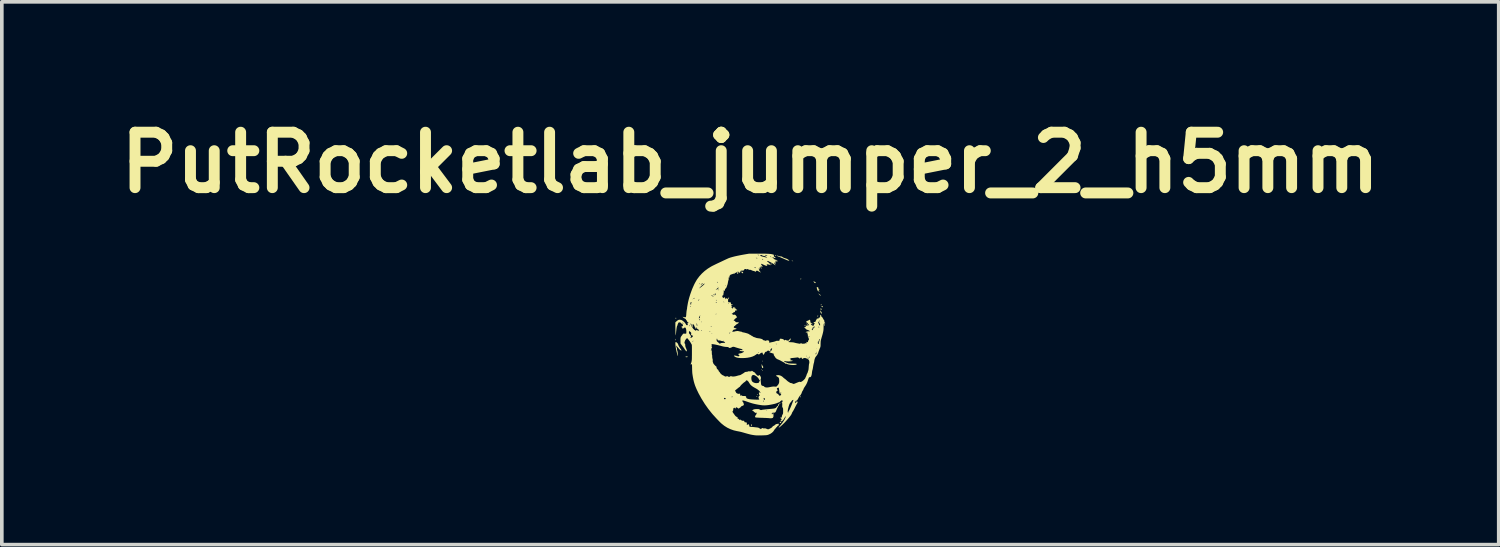
<source format=kicad_pcb>
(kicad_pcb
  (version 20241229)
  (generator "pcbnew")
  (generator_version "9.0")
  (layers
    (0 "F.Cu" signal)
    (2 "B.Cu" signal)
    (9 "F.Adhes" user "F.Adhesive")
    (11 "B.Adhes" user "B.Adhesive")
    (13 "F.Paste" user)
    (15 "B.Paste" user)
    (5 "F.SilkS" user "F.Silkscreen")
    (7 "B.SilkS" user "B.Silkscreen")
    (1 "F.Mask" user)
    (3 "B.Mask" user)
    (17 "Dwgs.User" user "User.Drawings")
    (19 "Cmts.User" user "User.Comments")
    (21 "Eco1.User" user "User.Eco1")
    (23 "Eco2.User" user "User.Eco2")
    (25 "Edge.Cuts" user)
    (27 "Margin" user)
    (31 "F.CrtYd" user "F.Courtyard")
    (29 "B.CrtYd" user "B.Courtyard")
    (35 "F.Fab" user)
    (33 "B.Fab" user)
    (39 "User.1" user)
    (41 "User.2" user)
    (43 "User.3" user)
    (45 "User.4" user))
  (footprint "PutRocketlab_jumper_2_h5mm"
    (layer "F.Cu")
    (at 17.57 6.418)
    (property "Reference" "PutRocketlab_jumper_2_h5mm" (at 0 -5 0) (layer "F.SilkS") (effects (font (size 1.524 1.524) (thickness 0.3))))
    (attr board_only exclude_from_pos_files exclude_from_bom)
    (fp_poly (pts (xy 0.202 1.373) (xy 0.203 1.378) (xy 0.197 1.388) (xy 0.189 1.39) (xy 0.184 1.386) (xy 0.183 1.377) (xy 0.191 1.37) (xy 0.196 1.369)) (stroke (width 0) (type solid)) (fill yes) (layer "F.SilkS"))
    (fp_poly (pts (xy 0.315 0.671) (xy 0.317 0.673) (xy 0.322 0.685) (xy 0.321 0.694) (xy 0.317 0.696) (xy 0.313 0.691) (xy 0.311 0.68) (xy 0.312 0.67)) (stroke (width 0) (type solid)) (fill yes) (layer "F.SilkS"))
    (fp_poly (pts (xy 0.333 0.452) (xy 0.334 0.459) (xy 0.331 0.468) (xy 0.328 0.47) (xy 0.324 0.465) (xy 0.322 0.455) (xy 0.324 0.445) (xy 0.328 0.444)) (stroke (width 0) (type solid)) (fill yes) (layer "F.SilkS"))
    (fp_poly (pts (xy 0.345 0.709) (xy 0.345 0.712) (xy 0.341 0.722) (xy 0.336 0.724) (xy 0.329 0.72) (xy 0.329 0.715) (xy 0.334 0.705) (xy 0.34 0.703)) (stroke (width 0) (type solid)) (fill yes) (layer "F.SilkS"))
    (fp_poly (pts (xy 0.69 -2.46) (xy 0.706 -2.456) (xy 0.712 -2.448) (xy 0.71 -2.44) (xy 0.702 -2.439) (xy 0.689 -2.447) (xy 0.684 -2.45) (xy 0.67 -2.461)) (stroke (width 0) (type solid)) (fill yes) (layer "F.SilkS"))
    (fp_poly (pts (xy 1.728 -0.542) (xy 1.728 -0.539) (xy 1.725 -0.537) (xy 1.714 -0.532) (xy 1.707 -0.535) (xy 1.706 -0.537) (xy 1.708 -0.541) (xy 1.718 -0.543)) (stroke (width 0) (type solid)) (fill yes) (layer "F.SilkS"))
    (fp_poly (pts (xy -2.037 -0.731) (xy -2.035 -0.727) (xy -2.035 -0.717) (xy -2.043 -0.711) (xy -2.053 -0.713) (xy -2.058 -0.721) (xy -2.055 -0.73) (xy -2.047 -0.735) (xy -2.046 -0.735)) (stroke (width 0) (type solid)) (fill yes) (layer "F.SilkS"))
    (fp_poly (pts (xy 0.18 1.423) (xy 0.19 1.432) (xy 0.192 1.438) (xy 0.189 1.442) (xy 0.178 1.438) (xy 0.17 1.431) (xy 0.161 1.424) (xy 0.16 1.421) (xy 0.167 1.42)) (stroke (width 0) (type solid)) (fill yes) (layer "F.SilkS"))
    (fp_poly (pts (xy 0.305 -2.106) (xy 0.309 -2.096) (xy 0.307 -2.087) (xy 0.307 -2.086) (xy 0.299 -2.086) (xy 0.295 -2.089) (xy 0.289 -2.099) (xy 0.29 -2.107) (xy 0.296 -2.11)) (stroke (width 0) (type solid)) (fill yes) (layer "F.SilkS"))
    (fp_poly (pts (xy 1.153 -2.308) (xy 1.167 -2.3) (xy 1.175 -2.293) (xy 1.177 -2.291) (xy 1.174 -2.286) (xy 1.167 -2.289) (xy 1.153 -2.299) (xy 1.148 -2.303) (xy 1.129 -2.32)) (stroke (width 0) (type solid)) (fill yes) (layer "F.SilkS"))
    (fp_poly (pts (xy 1.385 1.424) (xy 1.385 1.436) (xy 1.383 1.445) (xy 1.377 1.453) (xy 1.372 1.451) (xy 1.369 1.44) (xy 1.369 1.437) (xy 1.372 1.423) (xy 1.377 1.42)) (stroke (width 0) (type solid)) (fill yes) (layer "F.SilkS"))
    (fp_poly (pts (xy 1.866 -0.794) (xy 1.865 -0.783) (xy 1.861 -0.775) (xy 1.853 -0.766) (xy 1.847 -0.765) (xy 1.844 -0.772) (xy 1.847 -0.787) (xy 1.854 -0.796) (xy 1.859 -0.798)) (stroke (width 0) (type solid)) (fill yes) (layer "F.SilkS"))
    (fp_poly (pts (xy 0.573 -2.227) (xy 0.583 -2.22) (xy 0.585 -2.219) (xy 0.593 -2.207) (xy 0.593 -2.201) (xy 0.584 -2.202) (xy 0.573 -2.209) (xy 0.563 -2.218) (xy 0.56 -2.224) (xy 0.564 -2.229)) (stroke (width 0) (type solid)) (fill yes) (layer "F.SilkS"))
    (fp_poly (pts (xy 0.824 1.605) (xy 0.826 1.615) (xy 0.821 1.625) (xy 0.818 1.628) (xy 0.81 1.632) (xy 0.805 1.628) (xy 0.802 1.619) (xy 0.806 1.608) (xy 0.814 1.601) (xy 0.818 1.601)) (stroke (width 0) (type solid)) (fill yes) (layer "F.SilkS"))
    (fp_poly (pts (xy 1.4 -1.81) (xy 1.401 -1.801) (xy 1.4 -1.799) (xy 1.393 -1.795) (xy 1.382 -1.793) (xy 1.372 -1.795) (xy 1.369 -1.798) (xy 1.374 -1.804) (xy 1.384 -1.809) (xy 1.394 -1.812)) (stroke (width 0) (type solid)) (fill yes) (layer "F.SilkS"))
    (fp_poly (pts (xy 1.956 -1.104) (xy 1.956 -1.094) (xy 1.953 -1.083) (xy 1.948 -1.077) (xy 1.947 -1.076) (xy 1.94 -1.079) (xy 1.937 -1.083) (xy 1.937 -1.094) (xy 1.944 -1.104) (xy 1.953 -1.109)) (stroke (width 0) (type solid)) (fill yes) (layer "F.SilkS"))
    (fp_poly (pts (xy -2.05 -0.153) (xy -2.048 -0.141) (xy -2.048 -0.136) (xy -2.048 -0.12) (xy -2.05 -0.114) (xy -2.054 -0.115) (xy -2.055 -0.117) (xy -2.059 -0.126) (xy -2.059 -0.139) (xy -2.056 -0.151) (xy -2.053 -0.156)) (stroke (width 0) (type solid)) (fill yes) (layer "F.SilkS"))
    (fp_poly (pts (xy 0.039 2.2) (xy 0.043 2.211) (xy 0.043 2.224) (xy 0.038 2.233) (xy 0.031 2.238) (xy 0.026 2.235) (xy 0.022 2.227) (xy 0.018 2.212) (xy 0.021 2.2) (xy 0.03 2.195) (xy 0.031 2.195)) (stroke (width 0) (type solid)) (fill yes) (layer "F.SilkS"))
    (fp_poly (pts (xy 0.834 2.129) (xy 0.845 2.138) (xy 0.849 2.151) (xy 0.844 2.159) (xy 0.834 2.16) (xy 0.819 2.154) (xy 0.816 2.152) (xy 0.807 2.144) (xy 0.808 2.137) (xy 0.809 2.135) (xy 0.821 2.128)) (stroke (width 0) (type solid)) (fill yes) (layer "F.SilkS"))
    (fp_poly (pts (xy 1.562 -0.572) (xy 1.571 -0.562) (xy 1.578 -0.549) (xy 1.578 -0.545) (xy 1.575 -0.538) (xy 1.568 -0.54) (xy 1.557 -0.551) (xy 1.556 -0.552) (xy 1.546 -0.567) (xy 1.545 -0.575) (xy 1.553 -0.577)) (stroke (width 0) (type solid)) (fill yes) (layer "F.SilkS"))
    (fp_poly (pts (xy 1.954 -0.985) (xy 1.962 -0.973) (xy 1.963 -0.966) (xy 1.959 -0.958) (xy 1.948 -0.956) (xy 1.935 -0.962) (xy 1.932 -0.964) (xy 1.925 -0.974) (xy 1.927 -0.984) (xy 1.936 -0.99) (xy 1.939 -0.99)) (stroke (width 0) (type solid)) (fill yes) (layer "F.SilkS"))
    (fp_poly (pts (xy 1.516 -0.535) (xy 1.516 -0.534) (xy 1.513 -0.521) (xy 1.509 -0.516) (xy 1.5 -0.51) (xy 1.491 -0.51) (xy 1.488 -0.514) (xy 1.492 -0.52) (xy 1.501 -0.531) (xy 1.502 -0.532) (xy 1.511 -0.54) (xy 1.515 -0.541)) (stroke (width 0) (type solid)) (fill yes) (layer "F.SilkS"))
    (fp_poly (pts (xy 1.98 -1.055) (xy 1.991 -1.048) (xy 1.996 -1.038) (xy 1.995 -1.033) (xy 1.991 -1.026) (xy 1.983 -1.025) (xy 1.97 -1.031) (xy 1.969 -1.031) (xy 1.958 -1.04) (xy 1.955 -1.049) (xy 1.961 -1.056) (xy 1.966 -1.057)) (stroke (width 0) (type solid)) (fill yes) (layer "F.SilkS"))
    (fp_poly (pts (xy -0.225 -2.004) (xy -0.213 -1.995) (xy -0.202 -1.983) (xy -0.195 -1.972) (xy -0.194 -1.966) (xy -0.201 -1.96) (xy -0.215 -1.96) (xy -0.226 -1.965) (xy -0.236 -1.973) (xy -0.242 -1.985) (xy -0.243 -1.998) (xy -0.24 -2.006) (xy -0.235 -2.008)) (stroke (width 0) (type solid)) (fill yes) (layer "F.SilkS"))
    (fp_poly (pts (xy 1.883 -1.396) (xy 1.891 -1.391) (xy 1.915 -1.373) (xy 1.93 -1.359) (xy 1.935 -1.348) (xy 1.935 -1.348) (xy 1.933 -1.342) (xy 1.926 -1.343) (xy 1.915 -1.352) (xy 1.899 -1.369) (xy 1.882 -1.387) (xy 1.874 -1.397) (xy 1.875 -1.4)) (stroke (width 0) (type solid)) (fill yes) (layer "F.SilkS"))
    (fp_poly (pts (xy 2.035 -0.561) (xy 2.04 -0.549) (xy 2.045 -0.535) (xy 2.048 -0.522) (xy 2.048 -0.519) (xy 2.045 -0.515) (xy 2.038 -0.517) (xy 2.031 -0.526) (xy 2.031 -0.526) (xy 2.027 -0.538) (xy 2.025 -0.552) (xy 2.027 -0.563) (xy 2.031 -0.566)) (stroke (width 0) (type solid)) (fill yes) (layer "F.SilkS"))
    (fp_poly (pts (xy -1.731 0.33) (xy -1.721 0.335) (xy -1.72 0.341) (xy -1.721 0.343) (xy -1.729 0.346) (xy -1.744 0.348) (xy -1.759 0.348) (xy -1.771 0.347) (xy -1.772 0.347) (xy -1.781 0.342) (xy -1.781 0.337) (xy -1.773 0.332) (xy -1.758 0.329) (xy -1.745 0.328)) (stroke (width 0) (type solid)) (fill yes) (layer "F.SilkS"))
    (fp_poly (pts (xy 1.754 -1.732) (xy 1.775 -1.72) (xy 1.776 -1.719) (xy 1.792 -1.709) (xy 1.8 -1.701) (xy 1.8 -1.696) (xy 1.798 -1.694) (xy 1.787 -1.686) (xy 1.772 -1.69) (xy 1.756 -1.705) (xy 1.754 -1.707) (xy 1.741 -1.724) (xy 1.737 -1.734) (xy 1.741 -1.737)) (stroke (width 0) (type solid)) (fill yes) (layer "F.SilkS"))
    (fp_poly (pts (xy 1.93 -0.933) (xy 1.936 -0.924) (xy 1.947 -0.906) (xy 1.948 -0.905) (xy 1.958 -0.885) (xy 1.965 -0.869) (xy 1.969 -0.859) (xy 1.969 -0.858) (xy 1.965 -0.85) (xy 1.957 -0.85) (xy 1.946 -0.858) (xy 1.941 -0.863) (xy 1.929 -0.886) (xy 1.924 -0.912) (xy 1.924 -0.928) (xy 1.926 -0.934)) (stroke (width 0) (type solid)) (fill yes) (layer "F.SilkS"))
    (fp_poly (pts (xy 0.321 0.548) (xy 0.324 0.559) (xy 0.33 0.574) (xy 0.34 0.591) (xy 0.342 0.593) (xy 0.353 0.61) (xy 0.356 0.626) (xy 0.351 0.64) (xy 0.342 0.649) (xy 0.334 0.648) (xy 0.329 0.643) (xy 0.323 0.632) (xy 0.318 0.615) (xy 0.314 0.595) (xy 0.312 0.575) (xy 0.311 0.558) (xy 0.313 0.546) (xy 0.316 0.543)) (stroke (width 0) (type solid)) (fill yes) (layer "F.SilkS"))
    (fp_poly (pts (xy 1.845 -1.577) (xy 1.859 -1.571) (xy 1.867 -1.564) (xy 1.876 -1.553) (xy 1.877 -1.545) (xy 1.874 -1.539) (xy 1.868 -1.527) (xy 1.869 -1.523) (xy 1.877 -1.522) (xy 1.89 -1.518) (xy 1.898 -1.514) (xy 1.904 -1.509) (xy 1.901 -1.506) (xy 1.89 -1.503) (xy 1.877 -1.499) (xy 1.874 -1.493) (xy 1.88 -1.483) (xy 1.89 -1.474) (xy 1.902 -1.463) (xy 1.905 -1.458) (xy 1.897 -1.458) (xy 1.885 -1.46) (xy 1.868 -1.466) (xy 1.855 -1.474) (xy 1.855 -1.474) (xy 1.849 -1.485) (xy 1.842 -1.502) (xy 1.835 -1.523) (xy 1.83 -1.543) (xy 1.826 -1.561) (xy 1.826 -1.571) (xy 1.826 -1.572) (xy 1.833 -1.578)) (stroke (width 0) (type solid)) (fill yes) (layer "F.SilkS"))
    (fp_poly (pts (xy 0.745 -2.442) (xy 0.767 -2.436) (xy 0.771 -2.435) (xy 0.796 -2.427) (xy 0.823 -2.422) (xy 0.844 -2.419) (xy 0.861 -2.418) (xy 0.872 -2.415) (xy 0.875 -2.413) (xy 0.879 -2.407) (xy 0.891 -2.398) (xy 0.91 -2.389) (xy 0.931 -2.379) (xy 0.953 -2.372) (xy 0.967 -2.368) (xy 0.992 -2.36) (xy 1.02 -2.347) (xy 1.045 -2.331) (xy 1.065 -2.315) (xy 1.07 -2.31) (xy 1.073 -2.304) (xy 1.066 -2.303) (xy 1.063 -2.303) (xy 1.049 -2.305) (xy 1.031 -2.309) (xy 1.024 -2.312) (xy 1.01 -2.317) (xy 0.988 -2.326) (xy 0.961 -2.338) (xy 0.931 -2.351) (xy 0.914 -2.359) (xy 0.881 -2.373) (xy 0.848 -2.387) (xy 0.819 -2.4) (xy 0.795 -2.409) (xy 0.787 -2.412) (xy 0.766 -2.42) (xy 0.748 -2.428) (xy 0.738 -2.433) (xy 0.737 -2.434) (xy 0.73 -2.441) (xy 0.733 -2.444)) (stroke (width 0) (type solid)) (fill yes) (layer "F.SilkS"))
    (fp_poly (pts (xy -2.038 -0.065) (xy -2.023 -0.057) (xy -2.007 -0.043) (xy -1.993 -0.026) (xy -1.984 -0.008) (xy -1.982 -0.003) (xy -1.974 0.021) (xy -1.958 0.052) (xy -1.934 0.091) (xy -1.921 0.11) (xy -1.905 0.133) (xy -1.895 0.148) (xy -1.891 0.158) (xy -1.892 0.163) (xy -1.897 0.164) (xy -1.898 0.164) (xy -1.911 0.16) (xy -1.928 0.149) (xy -1.949 0.129) (xy -1.975 0.099) (xy -1.984 0.088) (xy -2.001 0.068) (xy -2.017 0.05) (xy -2.028 0.038) (xy -2.034 0.032) (xy -2.041 0.031) (xy -2.041 0.037) (xy -2.036 0.05) (xy -2.033 0.054) (xy -2.028 0.065) (xy -2.028 0.073) (xy -2.027 0.082) (xy -2.023 0.088) (xy -2.016 0.102) (xy -2.014 0.125) (xy -2.014 0.127) (xy -2.012 0.148) (xy -2.008 0.166) (xy -2.005 0.173) (xy -1.999 0.191) (xy -1.997 0.209) (xy -1.996 0.225) (xy -1.993 0.247) (xy -1.991 0.263) (xy -1.987 0.29) (xy -1.986 0.307) (xy -1.988 0.313) (xy -1.992 0.309) (xy -1.999 0.295) (xy -2.004 0.278) (xy -2.016 0.236) (xy -2.028 0.188) (xy -2.039 0.137) (xy -2.048 0.085) (xy -2.054 0.038) (xy -2.057 0.002) (xy -2.059 -0.026) (xy -2.059 -0.045) (xy -2.058 -0.056) (xy -2.056 -0.063) (xy -2.052 -0.065) (xy -2.051 -0.066)) (stroke (width 0) (type solid)) (fill yes) (layer "F.SilkS"))
    (fp_poly (pts (xy 0.795 1.637) (xy 0.797 1.644) (xy 0.792 1.656) (xy 0.781 1.676) (xy 0.778 1.68) (xy 0.755 1.72) (xy 0.735 1.762) (xy 0.715 1.81) (xy 0.704 1.837) (xy 0.694 1.855) (xy 0.683 1.866) (xy 0.669 1.872) (xy 0.652 1.873) (xy 0.632 1.874) (xy 0.613 1.877) (xy 0.608 1.877) (xy 0.596 1.882) (xy 0.592 1.89) (xy 0.591 1.9) (xy 0.593 1.914) (xy 0.598 1.922) (xy 0.598 1.922) (xy 0.604 1.919) (xy 0.605 1.913) (xy 0.61 1.902) (xy 0.62 1.897) (xy 0.635 1.897) (xy 0.642 1.903) (xy 0.64 1.914) (xy 0.638 1.917) (xy 0.634 1.928) (xy 0.635 1.942) (xy 0.638 1.953) (xy 0.641 1.971) (xy 0.64 1.981) (xy 0.634 1.985) (xy 0.627 1.986) (xy 0.619 1.986) (xy 0.619 1.99) (xy 0.625 1.997) (xy 0.631 2.004) (xy 0.629 2.009) (xy 0.619 2.015) (xy 0.617 2.017) (xy 0.592 2.025) (xy 0.561 2.028) (xy 0.529 2.026) (xy 0.52 2.025) (xy 0.508 2.023) (xy 0.487 2.022) (xy 0.457 2.02) (xy 0.421 2.018) (xy 0.38 2.017) (xy 0.337 2.015) (xy 0.325 2.015) (xy 0.271 2.013) (xy 0.226 2.011) (xy 0.19 2.009) (xy 0.163 2.007) (xy 0.147 2.004) (xy 0.142 2.003) (xy 0.132 1.993) (xy 0.131 1.978) (xy 0.138 1.959) (xy 0.155 1.933) (xy 0.159 1.928) (xy 0.171 1.908) (xy 0.175 1.89) (xy 0.17 1.876) (xy 0.168 1.873) (xy 0.16 1.87) (xy 0.156 1.875) (xy 0.149 1.883) (xy 0.144 1.884) (xy 0.137 1.88) (xy 0.138 1.875) (xy 0.137 1.869) (xy 0.128 1.867) (xy 0.114 1.861) (xy 0.097 1.845) (xy 0.094 1.841) (xy 0.081 1.827) (xy 0.072 1.82) (xy 0.063 1.819) (xy 0.058 1.82) (xy 0.042 1.823) (xy 0.056 1.808) (xy 0.076 1.793) (xy 0.102 1.782) (xy 0.136 1.776) (xy 0.178 1.774) (xy 0.205 1.774) (xy 0.224 1.775) (xy 0.237 1.778) (xy 0.25 1.783) (xy 0.262 1.789) (xy 0.279 1.799) (xy 0.291 1.802) (xy 0.302 1.801) (xy 0.306 1.8) (xy 0.433 1.8) (xy 0.434 1.803) (xy 0.435 1.804) (xy 0.444 1.807) (xy 0.454 1.805) (xy 0.458 1.801) (xy 0.453 1.8) (xy 0.443 1.799) (xy 0.433 1.8) (xy 0.306 1.8) (xy 0.307 1.8) (xy 0.324 1.795) (xy 0.349 1.791) (xy 0.383 1.787) (xy 0.426 1.782) (xy 0.479 1.777) (xy 0.52 1.773) (xy 0.57 1.769) (xy 0.609 1.765) (xy 0.64 1.761) (xy 0.663 1.757) (xy 0.682 1.751) (xy 0.696 1.744) (xy 0.707 1.736) (xy 0.717 1.725) (xy 0.724 1.715) (xy 0.735 1.702) (xy 0.745 1.693) (xy 0.749 1.691) (xy 0.757 1.687) (xy 0.761 1.676) (xy 0.768 1.652) (xy 0.776 1.639) (xy 0.786 1.635) (xy 0.786 1.635)) (stroke (width 0) (type solid)) (fill yes) (layer "F.SilkS"))
    (fp_poly (pts (xy 0.226 -2.497) (xy 0.299 -2.497) (xy 0.362 -2.497) (xy 0.415 -2.496) (xy 0.461 -2.494) (xy 0.499 -2.493) (xy 0.531 -2.49) (xy 0.558 -2.488) (xy 0.582 -2.484) (xy 0.602 -2.48) (xy 0.621 -2.475) (xy 0.638 -2.469) (xy 0.647 -2.465) (xy 0.649 -2.458) (xy 0.647 -2.447) (xy 0.647 -2.447) (xy 0.646 -2.432) (xy 0.652 -2.421) (xy 0.659 -2.413) (xy 0.671 -2.403) (xy 0.681 -2.399) (xy 0.682 -2.399) (xy 0.691 -2.395) (xy 0.694 -2.387) (xy 0.689 -2.381) (xy 0.672 -2.376) (xy 0.653 -2.382) (xy 0.646 -2.387) (xy 0.633 -2.395) (xy 0.62 -2.398) (xy 0.609 -2.398) (xy 0.605 -2.393) (xy 0.61 -2.387) (xy 0.611 -2.387) (xy 0.618 -2.384) (xy 0.63 -2.374) (xy 0.644 -2.36) (xy 0.645 -2.36) (xy 0.662 -2.344) (xy 0.676 -2.335) (xy 0.691 -2.33) (xy 0.699 -2.329) (xy 0.724 -2.322) (xy 0.74 -2.31) (xy 0.747 -2.293) (xy 0.747 -2.29) (xy 0.745 -2.282) (xy 0.737 -2.281) (xy 0.731 -2.282) (xy 0.716 -2.285) (xy 0.706 -2.288) (xy 0.698 -2.289) (xy 0.696 -2.283) (xy 0.693 -2.275) (xy 0.69 -2.274) (xy 0.685 -2.27) (xy 0.686 -2.262) (xy 0.694 -2.251) (xy 0.696 -2.249) (xy 0.704 -2.238) (xy 0.707 -2.229) (xy 0.704 -2.223) (xy 0.703 -2.223) (xy 0.696 -2.226) (xy 0.683 -2.234) (xy 0.674 -2.241) (xy 0.661 -2.249) (xy 0.652 -2.254) (xy 0.651 -2.253) (xy 0.653 -2.246) (xy 0.661 -2.232) (xy 0.672 -2.215) (xy 0.673 -2.213) (xy 0.684 -2.195) (xy 0.692 -2.182) (xy 0.696 -2.175) (xy 0.696 -2.175) (xy 0.692 -2.177) (xy 0.681 -2.184) (xy 0.67 -2.192) (xy 0.648 -2.207) (xy 0.622 -2.224) (xy 0.592 -2.242) (xy 0.562 -2.258) (xy 0.533 -2.273) (xy 0.508 -2.285) (xy 0.487 -2.294) (xy 0.474 -2.297) (xy 0.474 -2.297) (xy 0.465 -2.294) (xy 0.465 -2.286) (xy 0.473 -2.276) (xy 0.485 -2.267) (xy 0.503 -2.253) (xy 0.522 -2.235) (xy 0.541 -2.215) (xy 0.555 -2.197) (xy 0.56 -2.19) (xy 0.564 -2.181) (xy 0.562 -2.179) (xy 0.553 -2.182) (xy 0.545 -2.186) (xy 0.53 -2.192) (xy 0.51 -2.197) (xy 0.489 -2.201) (xy 0.47 -2.203) (xy 0.456 -2.203) (xy 0.452 -2.202) (xy 0.451 -2.194) (xy 0.458 -2.182) (xy 0.458 -2.182) (xy 0.466 -2.172) (xy 0.469 -2.166) (xy 0.47 -2.166) (xy 0.465 -2.164) (xy 0.452 -2.163) (xy 0.45 -2.162) (xy 0.436 -2.164) (xy 0.415 -2.17) (xy 0.388 -2.182) (xy 0.373 -2.189) (xy 0.34 -2.204) (xy 0.317 -2.214) (xy 0.302 -2.217) (xy 0.295 -2.215) (xy 0.294 -2.213) (xy 0.297 -2.206) (xy 0.306 -2.193) (xy 0.317 -2.176) (xy 0.32 -2.173) (xy 0.332 -2.156) (xy 0.341 -2.143) (xy 0.345 -2.135) (xy 0.345 -2.135) (xy 0.341 -2.135) (xy 0.331 -2.14) (xy 0.33 -2.141) (xy 0.313 -2.152) (xy 0.3 -2.16) (xy 0.286 -2.169) (xy 0.301 -2.149) (xy 0.311 -2.136) (xy 0.316 -2.127) (xy 0.317 -2.125) (xy 0.313 -2.121) (xy 0.304 -2.124) (xy 0.292 -2.132) (xy 0.29 -2.134) (xy 0.276 -2.147) (xy 0.28 -2.128) (xy 0.284 -2.109) (xy 0.265 -2.113) (xy 0.253 -2.115) (xy 0.25 -2.114) (xy 0.255 -2.108) (xy 0.256 -2.106) (xy 0.265 -2.093) (xy 0.263 -2.085) (xy 0.252 -2.082) (xy 0.245 -2.082) (xy 0.224 -2.082) (xy 0.24 -2.065) (xy 0.25 -2.054) (xy 0.252 -2.046) (xy 0.249 -2.039) (xy 0.249 -2.039) (xy 0.245 -2.033) (xy 0.247 -2.026) (xy 0.256 -2.017) (xy 0.265 -2.009) (xy 0.281 -1.994) (xy 0.287 -1.985) (xy 0.285 -1.981) (xy 0.276 -1.983) (xy 0.259 -1.991) (xy 0.236 -2.004) (xy 0.233 -2.006) (xy 0.208 -2.021) (xy 0.19 -2.029) (xy 0.175 -2.029) (xy 0.163 -2.021) (xy 0.151 -2.006) (xy 0.15 -2.006) (xy 0.144 -1.998) (xy 0.138 -2) (xy 0.133 -2.004) (xy 0.12 -2.013) (xy 0.109 -2.017) (xy 0.08 -2.024) (xy 0.059 -2.03) (xy 0.043 -2.037) (xy 0.031 -2.043) (xy 0.013 -2.051) (xy -0.008 -2.053) (xy -0.018 -2.053) (xy -0.036 -2.052) (xy -0.045 -2.053) (xy -0.049 -2.058) (xy -0.05 -2.063) (xy -0.056 -2.073) (xy -0.067 -2.076) (xy -0.081 -2.071) (xy -0.086 -2.067) (xy -0.094 -2.061) (xy -0.101 -2.063) (xy -0.105 -2.067) (xy -0.118 -2.075) (xy -0.135 -2.075) (xy -0.156 -2.068) (xy -0.171 -2.059) (xy -0.174 -2.051) (xy -0.173 -2.051) (xy -0.174 -2.042) (xy -0.182 -2.036) (xy -0.201 -2.031) (xy -0.224 -2.03) (xy -0.263 -2.028) (xy -0.27 -2.006) (xy -0.278 -1.987) (xy -0.288 -1.972) (xy -0.297 -1.964) (xy -0.3 -1.963) (xy -0.302 -1.967) (xy -0.302 -1.973) (xy -0.303 -1.985) (xy -0.31 -1.995) (xy -0.32 -2.001) (xy -0.325 -2.001) (xy -0.328 -1.995) (xy -0.331 -1.981) (xy -0.331 -1.974) (xy -0.332 -1.957) (xy -0.336 -1.949) (xy -0.341 -1.947) (xy -0.357 -1.947) (xy -0.364 -1.952) (xy -0.362 -1.964) (xy -0.362 -1.964) (xy -0.355 -1.979) (xy -0.35 -1.992) (xy -0.346 -2.009) (xy -0.363 -1.994) (xy -0.386 -1.977) (xy -0.405 -1.968) (xy -0.418 -1.967) (xy -0.421 -1.968) (xy -0.427 -1.97) (xy -0.43 -1.963) (xy -0.432 -1.955) (xy -0.435 -1.942) (xy -0.44 -1.938) (xy -0.448 -1.941) (xy -0.452 -1.943) (xy -0.464 -1.948) (xy -0.472 -1.946) (xy -0.476 -1.943) (xy -0.485 -1.938) (xy -0.502 -1.932) (xy -0.514 -1.928) (xy -0.535 -1.922) (xy -0.547 -1.914) (xy -0.554 -1.905) (xy -0.565 -1.891) (xy -0.576 -1.881) (xy -0.59 -1.874) (xy -0.575 -1.87) (xy -0.563 -1.865) (xy -0.561 -1.857) (xy -0.571 -1.848) (xy -0.583 -1.841) (xy -0.598 -1.834) (xy -0.604 -1.829) (xy -0.602 -1.824) (xy -0.596 -1.819) (xy -0.591 -1.814) (xy -0.589 -1.808) (xy -0.591 -1.797) (xy -0.597 -1.779) (xy -0.598 -1.776) (xy -0.605 -1.751) (xy -0.612 -1.722) (xy -0.616 -1.694) (xy -0.621 -1.67) (xy -0.627 -1.647) (xy -0.632 -1.631) (xy -0.633 -1.629) (xy -0.641 -1.609) (xy -0.647 -1.589) (xy -0.647 -1.588) (xy -0.656 -1.565) (xy -0.674 -1.543) (xy -0.686 -1.529) (xy -0.694 -1.516) (xy -0.696 -1.51) (xy -0.698 -1.497) (xy -0.702 -1.484) (xy -0.708 -1.468) (xy -0.719 -1.481) (xy -0.73 -1.495) (xy -0.73 -1.449) (xy -0.731 -1.426) (xy -0.733 -1.408) (xy -0.736 -1.4) (xy -0.736 -1.4) (xy -0.74 -1.392) (xy -0.739 -1.381) (xy -0.739 -1.363) (xy -0.745 -1.354) (xy -0.753 -1.352) (xy -0.762 -1.347) (xy -0.767 -1.336) (xy -0.769 -1.321) (xy -0.766 -1.306) (xy -0.759 -1.295) (xy -0.754 -1.292) (xy -0.741 -1.285) (xy -0.734 -1.28) (xy -0.727 -1.274) (xy -0.724 -1.278) (xy -0.724 -1.283) (xy -0.722 -1.294) (xy -0.718 -1.299) (xy -0.71 -1.298) (xy -0.7 -1.291) (xy -0.692 -1.28) (xy -0.69 -1.272) (xy -0.688 -1.258) (xy -0.683 -1.247) (xy -0.678 -1.245) (xy -0.674 -1.249) (xy -0.673 -1.259) (xy -0.671 -1.27) (xy -0.663 -1.272) (xy -0.648 -1.266) (xy -0.645 -1.264) (xy -0.628 -1.257) (xy -0.616 -1.257) (xy -0.611 -1.265) (xy -0.611 -1.266) (xy -0.606 -1.28) (xy -0.595 -1.288) (xy -0.585 -1.289) (xy -0.581 -1.286) (xy -0.583 -1.28) (xy -0.591 -1.268) (xy -0.593 -1.265) (xy -0.604 -1.251) (xy -0.609 -1.237) (xy -0.611 -1.22) (xy -0.611 -1.208) (xy -0.61 -1.184) (xy -0.607 -1.169) (xy -0.6 -1.162) (xy -0.587 -1.16) (xy -0.572 -1.161) (xy -0.551 -1.161) (xy -0.539 -1.156) (xy -0.533 -1.143) (xy -0.532 -1.126) (xy -0.531 -1.115) (xy -0.527 -1.109) (xy -0.518 -1.105) (xy -0.5 -1.101) (xy -0.496 -1.1) (xy -0.474 -1.097) (xy -0.503 -1.083) (xy -0.522 -1.073) (xy -0.529 -1.064) (xy -0.526 -1.057) (xy -0.511 -1.051) (xy -0.509 -1.051) (xy -0.49 -1.046) (xy -0.504 -1.039) (xy -0.516 -1.03) (xy -0.519 -1.02) (xy -0.514 -1.013) (xy -0.509 -1.011) (xy -0.5 -1.004) (xy -0.498 -0.996) (xy -0.495 -0.985) (xy -0.49 -0.983) (xy -0.485 -0.991) (xy -0.484 -0.994) (xy -0.478 -1.011) (xy -0.47 -1.024) (xy -0.462 -1.032) (xy -0.458 -1.032) (xy -0.454 -1.025) (xy -0.453 -1.011) (xy -0.453 -1.009) (xy -0.45 -0.996) (xy -0.445 -0.991) (xy -0.439 -0.996) (xy -0.437 -1.005) (xy -0.433 -1.025) (xy -0.43 -1.035) (xy -0.427 -1.034) (xy -0.421 -1.023) (xy -0.418 -1.013) (xy -0.406 -0.985) (xy -0.393 -0.968) (xy -0.38 -0.962) (xy -0.379 -0.962) (xy -0.369 -0.959) (xy -0.361 -0.952) (xy -0.359 -0.944) (xy -0.36 -0.943) (xy -0.368 -0.94) (xy -0.382 -0.939) (xy -0.384 -0.939) (xy -0.404 -0.936) (xy -0.416 -0.928) (xy -0.419 -0.919) (xy -0.421 -0.908) (xy -0.424 -0.896) (xy -0.429 -0.886) (xy -0.433 -0.886) (xy -0.437 -0.89) (xy -0.445 -0.896) (xy -0.454 -0.892) (xy -0.464 -0.877) (xy -0.466 -0.872) (xy -0.474 -0.86) (xy -0.482 -0.856) (xy -0.492 -0.857) (xy -0.505 -0.858) (xy -0.509 -0.853) (xy -0.503 -0.843) (xy -0.494 -0.834) (xy -0.475 -0.821) (xy -0.456 -0.815) (xy -0.441 -0.819) (xy -0.429 -0.821) (xy -0.414 -0.814) (xy -0.399 -0.802) (xy -0.387 -0.785) (xy -0.379 -0.772) (xy -0.371 -0.763) (xy -0.37 -0.762) (xy -0.363 -0.755) (xy -0.366 -0.746) (xy -0.379 -0.738) (xy -0.389 -0.731) (xy -0.404 -0.718) (xy -0.421 -0.702) (xy -0.437 -0.686) (xy -0.45 -0.672) (xy -0.457 -0.662) (xy -0.457 -0.661) (xy -0.454 -0.657) (xy -0.448 -0.656) (xy -0.436 -0.653) (xy -0.422 -0.644) (xy -0.411 -0.634) (xy -0.407 -0.625) (xy -0.404 -0.618) (xy -0.394 -0.614) (xy -0.376 -0.611) (xy -0.353 -0.611) (xy -0.334 -0.61) (xy -0.32 -0.608) (xy -0.314 -0.606) (xy -0.316 -0.598) (xy -0.326 -0.587) (xy -0.345 -0.573) (xy -0.37 -0.559) (xy -0.39 -0.546) (xy -0.403 -0.534) (xy -0.408 -0.528) (xy -0.416 -0.517) (xy -0.43 -0.507) (xy -0.433 -0.506) (xy -0.447 -0.498) (xy -0.452 -0.491) (xy -0.447 -0.483) (xy -0.444 -0.48) (xy -0.438 -0.474) (xy -0.442 -0.47) (xy -0.446 -0.469) (xy -0.457 -0.463) (xy -0.457 -0.457) (xy -0.447 -0.453) (xy -0.435 -0.453) (xy -0.408 -0.448) (xy -0.391 -0.44) (xy -0.371 -0.427) (xy -0.389 -0.425) (xy -0.401 -0.423) (xy -0.407 -0.419) (xy -0.407 -0.419) (xy -0.412 -0.415) (xy -0.425 -0.413) (xy -0.434 -0.412) (xy -0.45 -0.41) (xy -0.46 -0.406) (xy -0.469 -0.397) (xy -0.48 -0.382) (xy -0.499 -0.354) (xy -0.475 -0.352) (xy -0.455 -0.352) (xy -0.436 -0.356) (xy -0.433 -0.357) (xy -0.415 -0.363) (xy -0.399 -0.366) (xy -0.38 -0.368) (xy -0.364 -0.371) (xy -0.344 -0.371) (xy -0.315 -0.366) (xy -0.299 -0.362) (xy -0.277 -0.357) (xy -0.259 -0.354) (xy -0.247 -0.353) (xy -0.246 -0.353) (xy -0.237 -0.351) (xy -0.233 -0.347) (xy -0.224 -0.341) (xy -0.206 -0.335) (xy -0.182 -0.331) (xy -0.15 -0.324) (xy -0.117 -0.315) (xy -0.086 -0.306) (xy -0.06 -0.297) (xy -0.041 -0.288) (xy -0.034 -0.282) (xy -0.023 -0.274) (xy -0.015 -0.272) (xy -0.006 -0.268) (xy 0.007 -0.26) (xy 0.014 -0.255) (xy 0.028 -0.245) (xy 0.04 -0.238) (xy 0.044 -0.238) (xy 0.053 -0.234) (xy 0.065 -0.224) (xy 0.065 -0.224) (xy 0.079 -0.214) (xy 0.097 -0.206) (xy 0.103 -0.204) (xy 0.125 -0.197) (xy 0.147 -0.189) (xy 0.15 -0.187) (xy 0.167 -0.181) (xy 0.192 -0.176) (xy 0.22 -0.171) (xy 0.226 -0.171) (xy 0.256 -0.167) (xy 0.283 -0.161) (xy 0.307 -0.154) (xy 0.327 -0.147) (xy 0.34 -0.141) (xy 0.345 -0.134) (xy 0.34 -0.13) (xy 0.339 -0.129) (xy 0.341 -0.127) (xy 0.351 -0.122) (xy 0.369 -0.117) (xy 0.377 -0.115) (xy 0.399 -0.109) (xy 0.418 -0.103) (xy 0.43 -0.099) (xy 0.431 -0.099) (xy 0.439 -0.098) (xy 0.441 -0.107) (xy 0.441 -0.108) (xy 0.442 -0.115) (xy 0.447 -0.118) (xy 0.458 -0.117) (xy 0.467 -0.116) (xy 0.492 -0.112) (xy 0.508 -0.106) (xy 0.517 -0.097) (xy 0.52 -0.084) (xy 0.52 -0.073) (xy 0.521 -0.057) (xy 0.523 -0.049) (xy 0.528 -0.049) (xy 0.534 -0.051) (xy 0.545 -0.054) (xy 0.564 -0.058) (xy 0.589 -0.064) (xy 0.612 -0.068) (xy 0.64 -0.074) (xy 0.665 -0.081) (xy 0.686 -0.087) (xy 0.696 -0.092) (xy 0.711 -0.098) (xy 0.728 -0.102) (xy 0.752 -0.102) (xy 0.756 -0.102) (xy 0.797 -0.102) (xy 0.806 -0.13) (xy 0.816 -0.158) (xy 0.845 -0.158) (xy 0.87 -0.155) (xy 0.895 -0.148) (xy 0.915 -0.138) (xy 0.927 -0.125) (xy 0.927 -0.125) (xy 0.937 -0.115) (xy 0.948 -0.115) (xy 0.955 -0.122) (xy 0.959 -0.128) (xy 0.965 -0.128) (xy 0.977 -0.124) (xy 0.986 -0.119) (xy 1.014 -0.11) (xy 1.039 -0.109) (xy 1.055 -0.11) (xy 1.063 -0.113) (xy 1.065 -0.12) (xy 1.065 -0.127) (xy 1.065 -0.138) (xy 1.071 -0.141) (xy 1.081 -0.139) (xy 1.092 -0.138) (xy 1.097 -0.143) (xy 1.097 -0.153) (xy 1.099 -0.166) (xy 1.105 -0.168) (xy 1.112 -0.161) (xy 1.113 -0.148) (xy 1.108 -0.132) (xy 1.097 -0.115) (xy 1.083 -0.099) (xy 1.067 -0.088) (xy 1.053 -0.078) (xy 1.046 -0.071) (xy 1.048 -0.067) (xy 1.054 -0.067) (xy 1.069 -0.066) (xy 1.091 -0.064) (xy 1.118 -0.063) (xy 1.123 -0.063) (xy 1.152 -0.061) (xy 1.177 -0.058) (xy 1.196 -0.056) (xy 1.207 -0.053) (xy 1.208 -0.053) (xy 1.218 -0.049) (xy 1.236 -0.045) (xy 1.259 -0.039) (xy 1.285 -0.034) (xy 1.313 -0.029) (xy 1.339 -0.024) (xy 1.361 -0.021) (xy 1.377 -0.019) (xy 1.384 -0.019) (xy 1.384 -0.019) (xy 1.383 -0.025) (xy 1.377 -0.031) (xy 1.371 -0.037) (xy 1.374 -0.039) (xy 1.388 -0.037) (xy 1.41 -0.03) (xy 1.419 -0.027) (xy 1.44 -0.02) (xy 1.452 -0.018) (xy 1.458 -0.02) (xy 1.458 -0.021) (xy 1.465 -0.026) (xy 1.48 -0.025) (xy 1.48 -0.025) (xy 1.497 -0.024) (xy 1.51 -0.031) (xy 1.511 -0.032) (xy 1.52 -0.039) (xy 1.525 -0.038) (xy 1.53 -0.033) (xy 1.537 -0.026) (xy 1.542 -0.03) (xy 1.543 -0.04) (xy 1.856 -0.04) (xy 1.861 -0.022) (xy 1.869 -0.013) (xy 1.876 -0.014) (xy 1.88 -0.027) (xy 1.881 -0.03) (xy 1.882 -0.045) (xy 1.88 -0.066) (xy 1.877 -0.082) (xy 1.871 -0.108) (xy 1.895 -0.108) (xy 1.897 -0.088) (xy 1.899 -0.079) (xy 1.902 -0.073) (xy 1.904 -0.077) (xy 1.905 -0.091) (xy 1.905 -0.096) (xy 1.907 -0.114) (xy 1.91 -0.128) (xy 1.912 -0.133) (xy 1.917 -0.142) (xy 1.915 -0.15) (xy 1.91 -0.153) (xy 1.901 -0.148) (xy 1.899 -0.144) (xy 1.896 -0.129) (xy 1.895 -0.108) (xy 1.871 -0.108) (xy 1.869 -0.116) (xy 1.862 -0.093) (xy 1.857 -0.065) (xy 1.856 -0.04) (xy 1.543 -0.04) (xy 1.544 -0.046) (xy 1.544 -0.052) (xy 1.545 -0.067) (xy 1.548 -0.072) (xy 1.556 -0.072) (xy 1.558 -0.071) (xy 1.573 -0.067) (xy 1.581 -0.064) (xy 1.587 -0.063) (xy 1.589 -0.069) (xy 1.587 -0.079) (xy 1.586 -0.093) (xy 1.59 -0.104) (xy 1.598 -0.113) (xy 1.608 -0.125) (xy 1.611 -0.137) (xy 1.61 -0.153) (xy 1.61 -0.154) (xy 1.605 -0.173) (xy 1.596 -0.195) (xy 1.591 -0.205) (xy 1.583 -0.222) (xy 1.601 -0.222) (xy 1.607 -0.214) (xy 1.616 -0.209) (xy 1.618 -0.209) (xy 1.626 -0.212) (xy 1.626 -0.217) (xy 1.619 -0.225) (xy 1.61 -0.23) (xy 1.602 -0.229) (xy 1.601 -0.222) (xy 1.583 -0.222) (xy 1.582 -0.224) (xy 1.58 -0.236) (xy 1.582 -0.242) (xy 1.584 -0.253) (xy 1.58 -0.271) (xy 1.577 -0.279) (xy 1.572 -0.299) (xy 1.568 -0.317) (xy 1.567 -0.324) (xy 1.565 -0.336) (xy 1.559 -0.339) (xy 1.553 -0.334) (xy 1.546 -0.329) (xy 1.535 -0.328) (xy 1.526 -0.33) (xy 1.523 -0.335) (xy 1.523 -0.335) (xy 1.532 -0.345) (xy 1.549 -0.354) (xy 1.573 -0.36) (xy 1.6 -0.362) (xy 1.602 -0.362) (xy 1.64 -0.362) (xy 1.627 -0.375) (xy 1.615 -0.383) (xy 1.596 -0.393) (xy 1.574 -0.401) (xy 1.572 -0.402) (xy 1.55 -0.41) (xy 1.692 -0.41) (xy 1.695 -0.399) (xy 1.699 -0.393) (xy 1.704 -0.395) (xy 1.708 -0.399) (xy 1.716 -0.409) (xy 1.726 -0.424) (xy 1.73 -0.432) (xy 1.737 -0.449) (xy 1.742 -0.464) (xy 1.742 -0.469) (xy 1.745 -0.479) (xy 1.752 -0.479) (xy 1.759 -0.471) (xy 1.764 -0.464) (xy 1.769 -0.468) (xy 1.77 -0.47) (xy 1.776 -0.482) (xy 1.773 -0.488) (xy 1.873 -0.488) (xy 1.874 -0.479) (xy 1.879 -0.471) (xy 1.888 -0.465) (xy 1.894 -0.465) (xy 1.895 -0.467) (xy 1.892 -0.476) (xy 1.885 -0.486) (xy 1.879 -0.492) (xy 1.878 -0.492) (xy 1.873 -0.488) (xy 1.773 -0.488) (xy 1.772 -0.49) (xy 1.762 -0.492) (xy 1.746 -0.488) (xy 1.732 -0.481) (xy 1.719 -0.47) (xy 1.714 -0.458) (xy 1.714 -0.453) (xy 1.711 -0.439) (xy 1.703 -0.433) (xy 1.693 -0.425) (xy 1.692 -0.41) (xy 1.55 -0.41) (xy 1.549 -0.41) (xy 1.535 -0.418) (xy 1.526 -0.426) (xy 1.523 -0.432) (xy 1.511 -0.446) (xy 1.492 -0.458) (xy 1.492 -0.458) (xy 1.478 -0.465) (xy 1.475 -0.468) (xy 1.48 -0.469) (xy 1.504 -0.475) (xy 1.523 -0.491) (xy 1.53 -0.502) (xy 1.537 -0.514) (xy 1.545 -0.521) (xy 1.556 -0.524) (xy 1.574 -0.525) (xy 1.597 -0.528) (xy 1.609 -0.533) (xy 1.61 -0.542) (xy 1.601 -0.555) (xy 1.596 -0.559) (xy 1.585 -0.572) (xy 1.579 -0.582) (xy 1.578 -0.584) (xy 1.574 -0.592) (xy 1.562 -0.599) (xy 1.562 -0.6) (xy 1.547 -0.607) (xy 1.538 -0.615) (xy 1.534 -0.622) (xy 1.538 -0.63) (xy 1.546 -0.637) (xy 1.562 -0.647) (xy 1.581 -0.656) (xy 1.585 -0.657) (xy 1.603 -0.664) (xy 1.616 -0.673) (xy 1.619 -0.675) (xy 1.629 -0.682) (xy 1.638 -0.679) (xy 1.645 -0.666) (xy 1.649 -0.646) (xy 1.652 -0.622) (xy 1.655 -0.607) (xy 1.66 -0.599) (xy 1.667 -0.595) (xy 1.678 -0.593) (xy 1.681 -0.592) (xy 1.696 -0.59) (xy 1.706 -0.587) (xy 1.707 -0.586) (xy 1.707 -0.58) (xy 1.699 -0.575) (xy 1.686 -0.572) (xy 1.679 -0.571) (xy 1.667 -0.57) (xy 1.664 -0.564) (xy 1.67 -0.553) (xy 1.685 -0.537) (xy 1.686 -0.536) (xy 1.7 -0.523) (xy 1.712 -0.517) (xy 1.725 -0.516) (xy 1.726 -0.516) (xy 1.738 -0.518) (xy 1.745 -0.525) (xy 1.751 -0.538) (xy 1.752 -0.542) (xy 1.758 -0.56) (xy 1.766 -0.575) (xy 1.769 -0.578) (xy 1.774 -0.585) (xy 1.772 -0.588) (xy 1.761 -0.588) (xy 1.747 -0.59) (xy 1.74 -0.593) (xy 1.74 -0.593) (xy 1.74 -0.602) (xy 1.748 -0.611) (xy 1.761 -0.617) (xy 1.771 -0.619) (xy 1.784 -0.621) (xy 1.79 -0.626) (xy 1.865 -0.626) (xy 1.867 -0.611) (xy 1.875 -0.587) (xy 1.878 -0.579) (xy 1.89 -0.551) (xy 1.901 -0.533) (xy 1.91 -0.524) (xy 1.917 -0.525) (xy 1.918 -0.527) (xy 1.92 -0.537) (xy 1.918 -0.548) (xy 1.912 -0.565) (xy 1.903 -0.585) (xy 1.892 -0.604) (xy 1.882 -0.62) (xy 1.876 -0.627) (xy 1.868 -0.632) (xy 1.865 -0.626) (xy 1.79 -0.626) (xy 1.791 -0.627) (xy 1.795 -0.639) (xy 1.802 -0.658) (xy 1.806 -0.664) (xy 1.89 -0.664) (xy 1.893 -0.656) (xy 1.9 -0.645) (xy 1.908 -0.634) (xy 1.914 -0.628) (xy 1.915 -0.628) (xy 1.918 -0.632) (xy 1.918 -0.633) (xy 1.915 -0.64) (xy 1.908 -0.65) (xy 1.9 -0.659) (xy 1.893 -0.664) (xy 1.89 -0.664) (xy 1.806 -0.664) (xy 1.812 -0.676) (xy 1.814 -0.677) (xy 1.822 -0.691) (xy 1.827 -0.702) (xy 1.827 -0.703) (xy 1.832 -0.712) (xy 1.836 -0.715) (xy 1.85 -0.718) (xy 1.854 -0.715) (xy 1.853 -0.71) (xy 1.852 -0.702) (xy 1.856 -0.701) (xy 1.863 -0.706) (xy 1.871 -0.716) (xy 1.874 -0.721) (xy 1.882 -0.735) (xy 1.892 -0.74) (xy 1.901 -0.741) (xy 1.911 -0.742) (xy 1.916 -0.746) (xy 1.918 -0.756) (xy 1.918 -0.769) (xy 1.919 -0.792) (xy 1.922 -0.806) (xy 1.929 -0.813) (xy 1.938 -0.815) (xy 1.951 -0.812) (xy 1.954 -0.806) (xy 1.948 -0.799) (xy 1.946 -0.798) (xy 1.936 -0.789) (xy 1.937 -0.782) (xy 1.948 -0.775) (xy 1.964 -0.765) (xy 1.981 -0.744) (xy 1.998 -0.716) (xy 2.003 -0.707) (xy 2.014 -0.687) (xy 2.026 -0.668) (xy 2.029 -0.663) (xy 2.038 -0.65) (xy 2.041 -0.642) (xy 2.037 -0.633) (xy 2.034 -0.627) (xy 2.029 -0.617) (xy 2.029 -0.613) (xy 2.033 -0.614) (xy 2.042 -0.612) (xy 2.05 -0.604) (xy 2.058 -0.59) (xy 2.057 -0.581) (xy 2.046 -0.577) (xy 2.04 -0.577) (xy 2.028 -0.576) (xy 2.022 -0.572) (xy 2.019 -0.562) (xy 2.017 -0.551) (xy 2.016 -0.534) (xy 2.015 -0.509) (xy 2.014 -0.481) (xy 2.014 -0.464) (xy 2.013 -0.427) (xy 2.01 -0.391) (xy 2.004 -0.355) (xy 1.995 -0.315) (xy 1.983 -0.269) (xy 1.971 -0.228) (xy 1.959 -0.188) (xy 1.95 -0.156) (xy 1.943 -0.13) (xy 1.938 -0.109) (xy 1.935 -0.089) (xy 1.934 -0.068) (xy 1.933 -0.045) (xy 1.932 -0.017) (xy 1.932 0.014) (xy 1.931 0.037) (xy 1.929 0.054) (xy 1.926 0.068) (xy 1.921 0.083) (xy 1.913 0.101) (xy 1.911 0.105) (xy 1.899 0.134) (xy 1.887 0.166) (xy 1.876 0.195) (xy 1.876 0.197) (xy 1.863 0.236) (xy 1.849 0.266) (xy 1.835 0.291) (xy 1.817 0.313) (xy 1.815 0.316) (xy 1.787 0.354) (xy 1.769 0.399) (xy 1.759 0.445) (xy 1.756 0.47) (xy 1.751 0.495) (xy 1.746 0.514) (xy 1.745 0.515) (xy 1.741 0.53) (xy 1.736 0.554) (xy 1.731 0.582) (xy 1.726 0.613) (xy 1.725 0.615) (xy 1.721 0.644) (xy 1.716 0.671) (xy 1.711 0.692) (xy 1.707 0.704) (xy 1.707 0.705) (xy 1.703 0.718) (xy 1.699 0.739) (xy 1.696 0.763) (xy 1.695 0.769) (xy 1.69 0.813) (xy 1.682 0.848) (xy 1.672 0.875) (xy 1.659 0.892) (xy 1.643 0.898) (xy 1.637 0.898) (xy 1.623 0.899) (xy 1.615 0.903) (xy 1.61 0.911) (xy 1.603 0.928) (xy 1.595 0.951) (xy 1.586 0.977) (xy 1.586 0.977) (xy 1.57 1.027) (xy 1.552 1.069) (xy 1.533 1.106) (xy 1.51 1.143) (xy 1.507 1.147) (xy 1.488 1.175) (xy 1.473 1.2) (xy 1.464 1.22) (xy 1.46 1.233) (xy 1.46 1.234) (xy 1.456 1.243) (xy 1.448 1.257) (xy 1.44 1.27) (xy 1.428 1.289) (xy 1.419 1.308) (xy 1.416 1.319) (xy 1.41 1.338) (xy 1.4 1.357) (xy 1.399 1.359) (xy 1.391 1.372) (xy 1.386 1.382) (xy 1.386 1.384) (xy 1.382 1.392) (xy 1.371 1.401) (xy 1.37 1.402) (xy 1.359 1.413) (xy 1.347 1.431) (xy 1.333 1.453) (xy 1.329 1.461) (xy 1.312 1.493) (xy 1.298 1.517) (xy 1.286 1.532) (xy 1.274 1.542) (xy 1.263 1.546) (xy 1.262 1.546) (xy 1.25 1.55) (xy 1.243 1.559) (xy 1.239 1.573) (xy 1.235 1.589) (xy 1.236 1.599) (xy 1.241 1.605) (xy 1.251 1.611) (xy 1.258 1.606) (xy 1.261 1.592) (xy 1.262 1.59) (xy 1.265 1.576) (xy 1.27 1.567) (xy 1.281 1.562) (xy 1.291 1.567) (xy 1.298 1.577) (xy 1.3 1.591) (xy 1.297 1.605) (xy 1.292 1.612) (xy 1.287 1.621) (xy 1.277 1.637) (xy 1.265 1.66) (xy 1.25 1.688) (xy 1.234 1.72) (xy 1.233 1.721) (xy 1.217 1.754) (xy 1.2 1.786) (xy 1.185 1.814) (xy 1.172 1.836) (xy 1.163 1.849) (xy 1.153 1.866) (xy 1.145 1.881) (xy 1.143 1.889) (xy 1.138 1.905) (xy 1.125 1.928) (xy 1.104 1.959) (xy 1.074 1.997) (xy 1.036 2.043) (xy 0.989 2.096) (xy 0.981 2.105) (xy 0.951 2.138) (xy 0.92 2.169) (xy 0.89 2.198) (xy 0.862 2.224) (xy 0.837 2.247) (xy 0.815 2.264) (xy 0.798 2.277) (xy 0.786 2.283) (xy 0.781 2.281) (xy 0.781 2.28) (xy 0.784 2.274) (xy 0.794 2.261) (xy 0.808 2.243) (xy 0.825 2.223) (xy 0.865 2.174) (xy 0.9 2.127) (xy 0.929 2.083) (xy 0.951 2.045) (xy 0.965 2.011) (xy 0.971 1.992) (xy 0.972 1.978) (xy 0.97 1.974) (xy 0.963 1.979) (xy 0.954 1.993) (xy 0.943 2.014) (xy 0.942 2.016) (xy 0.918 2.056) (xy 0.892 2.086) (xy 0.87 2.105) (xy 0.854 2.114) (xy 0.841 2.114) (xy 0.831 2.107) (xy 0.827 2.099) (xy 0.83 2.093) (xy 0.842 2.086) (xy 0.844 2.085) (xy 0.856 2.073) (xy 0.859 2.061) (xy 0.858 2.047) (xy 0.851 2.039) (xy 0.845 2.036) (xy 0.835 2.028) (xy 0.828 2.018) (xy 0.826 2.008) (xy 0.829 2.003) (xy 0.831 2.003) (xy 0.837 2.007) (xy 0.837 2.008) (xy 0.842 2.013) (xy 0.846 2.014) (xy 0.854 2.009) (xy 0.862 1.997) (xy 0.868 1.981) (xy 0.871 1.964) (xy 0.871 1.962) (xy 0.874 1.95) (xy 0.881 1.934) (xy 0.887 1.924) (xy 0.893 1.912) (xy 0.898 1.902) (xy 0.9 1.89) (xy 0.902 1.873) (xy 0.902 1.85) (xy 0.902 1.835) (xy 1.028 1.835) (xy 1.028 1.854) (xy 1.03 1.861) (xy 1.037 1.871) (xy 1.043 1.87) (xy 1.046 1.859) (xy 1.047 1.855) (xy 1.051 1.837) (xy 1.058 1.828) (xy 1.064 1.819) (xy 1.074 1.801) (xy 1.086 1.775) (xy 1.101 1.743) (xy 1.117 1.705) (xy 1.134 1.664) (xy 1.151 1.62) (xy 1.158 1.601) (xy 1.17 1.567) (xy 1.179 1.543) (xy 1.184 1.528) (xy 1.185 1.52) (xy 1.183 1.519) (xy 1.181 1.521) (xy 1.17 1.527) (xy 1.164 1.527) (xy 1.155 1.532) (xy 1.145 1.543) (xy 1.145 1.543) (xy 1.136 1.556) (xy 1.123 1.573) (xy 1.111 1.587) (xy 1.095 1.607) (xy 1.083 1.626) (xy 1.073 1.647) (xy 1.064 1.672) (xy 1.055 1.701) (xy 1.045 1.74) (xy 1.036 1.776) (xy 1.031 1.808) (xy 1.028 1.835) (xy 0.902 1.835) (xy 0.902 1.827) (xy 0.902 1.797) (xy 0.901 1.776) (xy 0.9 1.761) (xy 0.897 1.75) (xy 0.892 1.74) (xy 0.889 1.735) (xy 0.882 1.722) (xy 0.878 1.71) (xy 0.877 1.694) (xy 0.878 1.672) (xy 0.878 1.67) (xy 0.879 1.642) (xy 0.879 1.624) (xy 0.876 1.613) (xy 0.871 1.606) (xy 0.864 1.603) (xy 0.855 1.6) (xy 0.857 1.598) (xy 0.865 1.595) (xy 0.879 1.587) (xy 0.886 1.571) (xy 0.887 1.551) (xy 0.886 1.547) (xy 0.882 1.537) (xy 0.875 1.534) (xy 0.864 1.535) (xy 0.847 1.543) (xy 0.828 1.558) (xy 0.826 1.561) (xy 0.812 1.574) (xy 0.798 1.584) (xy 0.792 1.587) (xy 0.78 1.591) (xy 0.761 1.598) (xy 0.74 1.607) (xy 0.739 1.608) (xy 0.703 1.621) (xy 0.656 1.634) (xy 0.6 1.646) (xy 0.536 1.658) (xy 0.501 1.664) (xy 0.458 1.669) (xy 0.419 1.672) (xy 0.38 1.673) (xy 0.339 1.671) (xy 0.294 1.666) (xy 0.243 1.658) (xy 0.192 1.649) (xy 0.148 1.64) (xy 0.108 1.631) (xy 0.07 1.622) (xy 0.029 1.61) (xy -0.017 1.595) (xy -0.045 1.586) (xy -0.091 1.57) (xy -0.127 1.558) (xy -0.149 1.551) (xy 0.353 1.551) (xy 0.356 1.558) (xy 0.356 1.559) (xy 0.367 1.566) (xy 0.375 1.563) (xy 0.376 1.561) (xy 0.377 1.552) (xy 0.37 1.546) (xy 0.359 1.546) (xy 0.359 1.547) (xy 0.353 1.551) (xy -0.149 1.551) (xy -0.155 1.549) (xy -0.177 1.543) (xy -0.192 1.539) (xy -0.202 1.537) (xy -0.209 1.537) (xy -0.214 1.538) (xy -0.215 1.539) (xy -0.219 1.547) (xy -0.216 1.56) (xy -0.208 1.575) (xy -0.197 1.587) (xy -0.189 1.6) (xy -0.187 1.61) (xy -0.184 1.622) (xy -0.181 1.626) (xy -0.176 1.635) (xy -0.177 1.65) (xy -0.182 1.665) (xy -0.184 1.668) (xy -0.196 1.677) (xy -0.214 1.685) (xy -0.219 1.687) (xy -0.239 1.694) (xy -0.254 1.707) (xy -0.259 1.715) (xy -0.274 1.731) (xy -0.289 1.74) (xy -0.29 1.74) (xy -0.301 1.745) (xy -0.305 1.751) (xy -0.309 1.76) (xy -0.318 1.761) (xy -0.335 1.752) (xy -0.345 1.746) (xy -0.361 1.735) (xy -0.375 1.727) (xy -0.381 1.725) (xy -0.39 1.73) (xy -0.4 1.741) (xy -0.403 1.746) (xy -0.416 1.768) (xy -0.421 1.752) (xy -0.429 1.74) (xy -0.442 1.738) (xy -0.456 1.746) (xy -0.458 1.748) (xy -0.466 1.76) (xy -0.468 1.778) (xy -0.468 1.784) (xy -0.47 1.807) (xy -0.478 1.825) (xy -0.48 1.828) (xy -0.489 1.843) (xy -0.489 1.853) (xy -0.489 1.853) (xy -0.483 1.86) (xy -0.474 1.875) (xy -0.461 1.893) (xy -0.453 1.904) (xy -0.431 1.935) (xy -0.414 1.958) (xy -0.4 1.972) (xy -0.389 1.979) (xy -0.384 1.98) (xy -0.377 1.983) (xy -0.377 1.989) (xy -0.378 1.995) (xy -0.371 1.995) (xy -0.365 1.994) (xy -0.354 1.992) (xy -0.351 1.997) (xy -0.351 2.006) (xy -0.351 2.024) (xy -0.35 2.033) (xy -0.344 2.036) (xy -0.34 2.037) (xy -0.33 2.04) (xy -0.316 2.05) (xy -0.306 2.06) (xy -0.294 2.072) (xy -0.287 2.077) (xy -0.283 2.076) (xy -0.281 2.071) (xy -0.276 2.061) (xy -0.268 2.061) (xy -0.26 2.072) (xy -0.258 2.076) (xy -0.253 2.087) (xy -0.248 2.089) (xy -0.242 2.083) (xy -0.234 2.077) (xy -0.232 2.079) (xy -0.232 2.083) (xy -0.227 2.09) (xy -0.216 2.096) (xy -0.204 2.097) (xy -0.197 2.096) (xy -0.186 2.094) (xy -0.174 2.097) (xy -0.165 2.105) (xy -0.164 2.11) (xy -0.162 2.127) (xy -0.153 2.136) (xy -0.136 2.138) (xy -0.135 2.138) (xy -0.112 2.141) (xy -0.098 2.148) (xy -0.091 2.161) (xy -0.091 2.17) (xy -0.092 2.184) (xy -0.097 2.188) (xy -0.105 2.182) (xy -0.109 2.177) (xy -0.116 2.169) (xy -0.118 2.17) (xy -0.114 2.179) (xy -0.104 2.19) (xy -0.09 2.199) (xy -0.077 2.205) (xy -0.073 2.206) (xy -0.062 2.202) (xy -0.059 2.198) (xy -0.052 2.189) (xy -0.045 2.19) (xy -0.037 2.199) (xy -0.031 2.213) (xy -0.028 2.231) (xy -0.028 2.234) (xy -0.026 2.249) (xy -0.016 2.258) (xy 0.001 2.262) (xy 0.013 2.263) (xy 0.025 2.263) (xy 0.037 2.264) (xy 0.053 2.265) (xy 0.074 2.267) (xy 0.1 2.27) (xy 0.135 2.274) (xy 0.179 2.279) (xy 0.186 2.28) (xy 0.213 2.284) (xy 0.231 2.29) (xy 0.24 2.296) (xy 0.253 2.305) (xy 0.265 2.308) (xy 0.275 2.311) (xy 0.277 2.317) (xy 0.281 2.324) (xy 0.29 2.324) (xy 0.302 2.317) (xy 0.311 2.308) (xy 0.321 2.297) (xy 0.328 2.294) (xy 0.338 2.297) (xy 0.344 2.3) (xy 0.364 2.306) (xy 0.388 2.305) (xy 0.406 2.304) (xy 0.423 2.307) (xy 0.444 2.316) (xy 0.445 2.316) (xy 0.464 2.324) (xy 0.48 2.329) (xy 0.489 2.331) (xy 0.502 2.328) (xy 0.521 2.32) (xy 0.543 2.31) (xy 0.566 2.297) (xy 0.585 2.285) (xy 0.599 2.274) (xy 0.604 2.268) (xy 0.615 2.252) (xy 0.629 2.24) (xy 0.643 2.235) (xy 0.644 2.235) (xy 0.653 2.231) (xy 0.666 2.221) (xy 0.676 2.212) (xy 0.69 2.2) (xy 0.705 2.191) (xy 0.725 2.185) (xy 0.74 2.182) (xy 0.76 2.179) (xy 0.776 2.177) (xy 0.783 2.178) (xy 0.784 2.178) (xy 0.784 2.186) (xy 0.782 2.201) (xy 0.78 2.209) (xy 0.775 2.225) (xy 0.77 2.232) (xy 0.763 2.232) (xy 0.763 2.232) (xy 0.755 2.232) (xy 0.747 2.241) (xy 0.742 2.25) (xy 0.732 2.265) (xy 0.722 2.274) (xy 0.719 2.276) (xy 0.709 2.283) (xy 0.701 2.296) (xy 0.694 2.308) (xy 0.685 2.315) (xy 0.678 2.321) (xy 0.668 2.334) (xy 0.657 2.352) (xy 0.632 2.389) (xy 0.597 2.423) (xy 0.555 2.452) (xy 0.507 2.475) (xy 0.471 2.487) (xy 0.454 2.49) (xy 0.428 2.493) (xy 0.395 2.495) (xy 0.356 2.496) (xy 0.314 2.498) (xy 0.272 2.498) (xy 0.23 2.499) (xy 0.191 2.498) (xy 0.157 2.497) (xy 0.132 2.495) (xy 0.089 2.489) (xy 0.046 2.482) (xy 0.001 2.473) (xy -0.05 2.46) (xy -0.108 2.444) (xy -0.119 2.441) (xy -0.167 2.427) (xy -0.206 2.416) (xy -0.238 2.407) (xy -0.265 2.4) (xy -0.289 2.395) (xy -0.311 2.39) (xy -0.334 2.386) (xy -0.36 2.381) (xy -0.362 2.381) (xy -0.455 2.359) (xy -0.546 2.327) (xy -0.634 2.285) (xy -0.716 2.233) (xy -0.79 2.174) (xy -0.814 2.152) (xy -0.844 2.122) (xy -0.878 2.087) (xy -0.915 2.049) (xy -0.953 2.008) (xy -0.99 1.967) (xy -1.026 1.928) (xy -1.052 1.898) (xy -1.154 1.77) (xy -1.25 1.634) (xy -1.339 1.491) (xy -1.347 1.478) (xy -0.723 1.478) (xy -0.721 1.492) (xy -0.712 1.501) (xy -0.698 1.505) (xy -0.685 1.501) (xy -0.678 1.496) (xy -0.674 1.488) (xy -0.678 1.481) (xy -0.684 1.476) (xy -0.699 1.468) (xy -0.712 1.467) (xy -0.722 1.474) (xy -0.723 1.478) (xy -1.347 1.478) (xy -1.367 1.441) (xy -0.509 1.441) (xy -0.507 1.451) (xy -0.504 1.454) (xy -0.498 1.449) (xy -0.494 1.439) (xy -0.493 1.426) (xy -0.497 1.421) (xy -0.503 1.423) (xy -0.508 1.43) (xy -0.509 1.441) (xy -1.367 1.441) (xy -1.421 1.343) (xy -1.437 1.31) (xy -1.457 1.268) (xy -0.418 1.268) (xy -0.415 1.276) (xy -0.414 1.277) (xy -0.407 1.288) (xy -0.399 1.304) (xy -0.395 1.312) (xy -0.384 1.33) (xy -0.368 1.342) (xy -0.345 1.351) (xy -0.327 1.355) (xy -0.307 1.356) (xy -0.297 1.352) (xy -0.287 1.348) (xy -0.28 1.353) (xy -0.278 1.368) (xy -0.279 1.379) (xy -0.282 1.404) (xy -0.259 1.4) (xy -0.242 1.399) (xy -0.23 1.403) (xy -0.225 1.407) (xy -0.216 1.413) (xy -0.202 1.416) (xy -0.182 1.416) (xy -0.178 1.416) (xy -0.149 1.416) (xy -0.13 1.419) (xy -0.118 1.427) (xy -0.113 1.439) (xy -0.113 1.445) (xy -0.111 1.462) (xy -0.102 1.475) (xy -0.086 1.486) (xy -0.061 1.494) (xy -0.038 1.5) (xy -0.017 1.504) (xy 0.01 1.507) (xy 0.042 1.51) (xy 0.077 1.512) (xy 0.113 1.514) (xy 0.148 1.515) (xy 0.18 1.516) (xy 0.208 1.516) (xy 0.229 1.515) (xy 0.242 1.513) (xy 0.245 1.511) (xy 0.245 1.504) (xy 0.239 1.492) (xy 0.237 1.49) (xy 0.233 1.479) (xy 0.368 1.479) (xy 0.368 1.481) (xy 0.37 1.504) (xy 0.376 1.518) (xy 0.386 1.521) (xy 0.398 1.514) (xy 0.405 1.504) (xy 0.403 1.491) (xy 0.392 1.478) (xy 0.384 1.473) (xy 0.373 1.468) (xy 0.369 1.47) (xy 0.368 1.479) (xy 0.233 1.479) (xy 0.228 1.468) (xy 0.227 1.445) (xy 0.234 1.424) (xy 0.248 1.408) (xy 0.26 1.402) (xy 0.263 1.398) (xy 0.257 1.389) (xy 0.253 1.385) (xy 0.244 1.375) (xy 0.24 1.365) (xy 0.238 1.35) (xy 0.238 1.331) (xy 0.238 1.293) (xy 0.25 1.314) (xy 0.26 1.328) (xy 0.269 1.334) (xy 0.276 1.333) (xy 0.277 1.326) (xy 0.275 1.318) (xy 0.714 1.318) (xy 0.716 1.328) (xy 0.724 1.34) (xy 0.739 1.349) (xy 0.747 1.352) (xy 0.766 1.361) (xy 0.774 1.371) (xy 0.774 1.372) (xy 0.78 1.386) (xy 0.792 1.399) (xy 0.805 1.408) (xy 0.81 1.409) (xy 0.821 1.405) (xy 0.834 1.396) (xy 0.835 1.395) (xy 0.846 1.377) (xy 0.849 1.364) (xy 0.847 1.352) (xy 0.842 1.347) (xy 0.829 1.346) (xy 0.815 1.345) (xy 0.807 1.342) (xy 0.807 1.342) (xy 0.805 1.334) (xy 0.802 1.318) (xy 0.801 1.313) (xy 0.833 1.313) (xy 0.835 1.32) (xy 0.841 1.329) (xy 0.847 1.327) (xy 0.849 1.318) (xy 0.845 1.309) (xy 0.84 1.307) (xy 0.833 1.308) (xy 0.833 1.313) (xy 0.801 1.313) (xy 0.799 1.295) (xy 0.795 1.268) (xy 0.795 1.264) (xy 0.791 1.236) (xy 0.787 1.212) (xy 0.784 1.195) (xy 0.781 1.186) (xy 0.781 1.186) (xy 0.773 1.185) (xy 0.761 1.19) (xy 0.748 1.197) (xy 0.738 1.199) (xy 0.732 1.201) (xy 0.73 1.207) (xy 0.734 1.22) (xy 0.741 1.237) (xy 0.749 1.257) (xy 0.749 1.27) (xy 0.742 1.278) (xy 0.734 1.279) (xy 0.722 1.286) (xy 0.715 1.3) (xy 0.714 1.318) (xy 0.275 1.318) (xy 0.272 1.308) (xy 0.258 1.286) (xy 0.235 1.263) (xy 0.206 1.239) (xy 0.172 1.217) (xy 0.147 1.203) (xy 0.1 1.177) (xy 0.063 1.154) (xy 0.033 1.131) (xy 0.008 1.108) (xy -0.013 1.081) (xy -0.032 1.051) (xy -0.033 1.049) (xy -0.051 1.021) (xy -0.071 1) (xy -0.09 0.987) (xy -0.103 0.984) (xy -0.113 0.989) (xy -0.124 1.002) (xy -0.125 1.004) (xy -0.138 1.02) (xy -0.154 1.031) (xy -0.156 1.032) (xy -0.169 1.04) (xy -0.187 1.054) (xy -0.208 1.073) (xy -0.23 1.093) (xy -0.25 1.113) (xy -0.266 1.132) (xy -0.277 1.146) (xy -0.278 1.149) (xy -0.285 1.16) (xy -0.292 1.165) (xy -0.292 1.165) (xy -0.299 1.169) (xy -0.313 1.178) (xy -0.33 1.192) (xy -0.341 1.201) (xy -0.362 1.218) (xy -0.382 1.234) (xy -0.398 1.247) (xy -0.403 1.251) (xy -0.414 1.261) (xy -0.418 1.268) (xy -1.457 1.268) (xy -1.469 1.244) (xy -1.495 1.184) (xy -1.517 1.129) (xy -1.535 1.075) (xy -1.551 1.019) (xy -1.565 0.959) (xy -1.571 0.926) (xy 0.029 0.926) (xy 0.032 0.965) (xy 0.041 0.997) (xy 0.055 1.019) (xy 0.072 1.033) (xy 0.096 1.046) (xy 0.124 1.056) (xy 0.132 1.058) (xy 0.155 1.061) (xy 0.18 1.061) (xy 0.204 1.058) (xy 0.223 1.054) (xy 0.233 1.049) (xy 0.241 1.036) (xy 0.246 1.023) (xy 0.252 1.01) (xy 0.259 1.002) (xy 0.265 0.997) (xy 0.263 0.991) (xy 0.257 0.983) (xy 0.247 0.97) (xy 0.236 0.952) (xy 0.232 0.943) (xy 0.217 0.921) (xy 0.196 0.898) (xy 0.171 0.876) (xy 0.143 0.857) (xy 0.117 0.844) (xy 0.093 0.838) (xy 0.088 0.837) (xy 0.064 0.842) (xy 0.046 0.856) (xy 0.034 0.88) (xy 0.029 0.912) (xy 0.029 0.926) (xy -1.571 0.926) (xy -1.578 0.892) (xy -1.581 0.871) (xy -1.587 0.834) (xy -1.592 0.8) (xy -1.595 0.766) (xy -1.597 0.727) (xy -1.599 0.682) (xy -1.599 0.663) (xy -1.602 0.542) (xy -1.621 0.546) (xy -1.635 0.548) (xy -1.64 0.545) (xy -1.637 0.536) (xy -1.632 0.526) (xy -1.627 0.512) (xy -1.62 0.492) (xy -1.614 0.468) (xy -1.614 0.465) (xy -1.611 0.452) (xy -1.609 0.437) (xy -1.607 0.418) (xy -1.606 0.396) (xy -1.605 0.368) (xy -1.605 0.333) (xy -1.604 0.29) (xy -1.604 0.237) (xy -1.604 0.214) (xy -1.604 0.172) (xy -1.085 0.172) (xy -1.084 0.18) (xy -1.077 0.18) (xy -1.068 0.175) (xy -1.066 0.17) (xy -1.07 0.162) (xy -1.077 0.162) (xy -1.084 0.168) (xy -1.085 0.172) (xy -1.604 0.172) (xy -1.604 0.16) (xy -1.604 0.124) (xy -1.083 0.124) (xy -1.071 0.137) (xy -1.065 0.144) (xy -1.061 0.152) (xy -1.059 0.163) (xy -1.058 0.18) (xy -1.058 0.205) (xy -1.058 0.216) (xy -1.057 0.244) (xy -1.056 0.266) (xy -1.054 0.281) (xy -1.052 0.286) (xy -1.049 0.293) (xy -1.047 0.308) (xy -1.047 0.328) (xy -1.047 0.331) (xy -1.045 0.359) (xy -1.041 0.383) (xy -1.038 0.393) (xy -1.032 0.418) (xy -1.032 0.442) (xy -1.033 0.466) (xy -1.028 0.485) (xy -1.027 0.487) (xy -1.021 0.502) (xy -1.018 0.513) (xy -1.018 0.513) (xy -1.015 0.521) (xy -1.005 0.535) (xy -0.992 0.551) (xy -0.977 0.568) (xy -0.961 0.584) (xy -0.948 0.596) (xy -0.939 0.603) (xy -0.936 0.603) (xy -0.931 0.606) (xy -0.929 0.62) (xy -0.929 0.622) (xy -0.925 0.645) (xy -0.915 0.667) (xy -0.9 0.684) (xy -0.891 0.689) (xy -0.879 0.7) (xy -0.874 0.715) (xy -0.865 0.736) (xy -0.854 0.747) (xy -0.842 0.759) (xy -0.835 0.771) (xy -0.835 0.772) (xy -0.828 0.784) (xy -0.814 0.8) (xy -0.796 0.817) (xy -0.777 0.833) (xy -0.758 0.844) (xy -0.748 0.849) (xy -0.729 0.857) (xy -0.71 0.868) (xy -0.708 0.87) (xy -0.694 0.879) (xy -0.684 0.881) (xy -0.671 0.878) (xy -0.671 0.878) (xy -0.65 0.873) (xy -0.631 0.871) (xy -0.616 0.874) (xy -0.609 0.88) (xy -0.601 0.886) (xy -0.587 0.889) (xy -0.57 0.887) (xy -0.555 0.881) (xy -0.548 0.876) (xy -0.538 0.868) (xy -0.529 0.868) (xy -0.522 0.872) (xy -0.503 0.878) (xy -0.476 0.88) (xy -0.445 0.879) (xy -0.412 0.874) (xy -0.381 0.867) (xy -0.373 0.864) (xy -0.348 0.857) (xy -0.323 0.85) (xy -0.302 0.846) (xy -0.301 0.846) (xy -0.278 0.84) (xy -0.257 0.831) (xy -0.253 0.828) (xy -0.237 0.818) (xy -0.217 0.806) (xy -0.206 0.8) (xy -0.187 0.788) (xy -0.169 0.776) (xy -0.161 0.769) (xy -0.15 0.76) (xy -0.136 0.755) (xy -0.118 0.752) (xy -0.105 0.751) (xy -0.084 0.748) (xy -0.069 0.745) (xy -0.062 0.741) (xy -0.056 0.737) (xy -0.042 0.736) (xy -0.019 0.737) (xy -0.015 0.737) (xy 0.007 0.738) (xy 0.021 0.738) (xy 0.029 0.735) (xy 0.034 0.73) (xy 0.035 0.729) (xy 0.04 0.723) (xy 0.045 0.722) (xy 0.053 0.726) (xy 0.067 0.737) (xy 0.069 0.738) (xy 0.086 0.75) (xy 0.103 0.76) (xy 0.111 0.763) (xy 0.127 0.773) (xy 0.137 0.787) (xy 0.145 0.8) (xy 0.16 0.818) (xy 0.177 0.835) (xy 0.177 0.836) (xy 0.196 0.852) (xy 0.21 0.86) (xy 0.22 0.861) (xy 0.231 0.853) (xy 0.237 0.846) (xy 0.246 0.839) (xy 0.254 0.84) (xy 0.263 0.849) (xy 0.275 0.867) (xy 0.276 0.868) (xy 0.287 0.89) (xy 0.293 0.912) (xy 0.294 0.93) (xy 0.289 0.941) (xy 0.288 0.942) (xy 0.284 0.95) (xy 0.284 0.968) (xy 0.285 0.984) (xy 0.288 1.01) (xy 0.291 1.04) (xy 0.293 1.064) (xy 0.296 1.087) (xy 0.301 1.106) (xy 0.305 1.117) (xy 0.306 1.117) (xy 0.32 1.129) (xy 0.341 1.138) (xy 0.361 1.143) (xy 0.365 1.143) (xy 0.376 1.146) (xy 0.379 1.151) (xy 0.384 1.161) (xy 0.4 1.17) (xy 0.418 1.177) (xy 0.443 1.181) (xy 0.474 1.181) (xy 0.514 1.175) (xy 0.553 1.167) (xy 0.586 1.161) (xy 0.612 1.157) (xy 0.634 1.155) (xy 0.658 1.155) (xy 0.667 1.156) (xy 0.714 1.159) (xy 0.739 1.136) (xy 0.755 1.117) (xy 0.772 1.095) (xy 0.779 1.081) (xy 0.787 1.064) (xy 0.791 1.049) (xy 0.794 1.031) (xy 0.795 1.008) (xy 0.795 0.996) (xy 0.793 0.96) (xy 0.789 0.933) (xy 0.78 0.913) (xy 0.766 0.897) (xy 0.745 0.884) (xy 0.739 0.881) (xy 0.719 0.869) (xy 0.709 0.86) (xy 0.71 0.853) (xy 0.722 0.847) (xy 0.742 0.843) (xy 0.777 0.842) (xy 0.814 0.849) (xy 0.851 0.865) (xy 0.884 0.887) (xy 0.901 0.903) (xy 0.917 0.918) (xy 0.933 0.931) (xy 0.942 0.937) (xy 0.954 0.945) (xy 0.971 0.959) (xy 0.989 0.975) (xy 0.996 0.981) (xy 1.015 0.999) (xy 1.035 1.015) (xy 1.052 1.026) (xy 1.055 1.028) (xy 1.071 1.037) (xy 1.083 1.046) (xy 1.086 1.049) (xy 1.096 1.055) (xy 1.112 1.058) (xy 1.112 1.058) (xy 1.129 1.061) (xy 1.149 1.067) (xy 1.16 1.072) (xy 1.171 1.078) (xy 1.18 1.082) (xy 1.189 1.083) (xy 1.201 1.082) (xy 1.215 1.077) (xy 1.236 1.069) (xy 1.264 1.057) (xy 1.278 1.051) (xy 1.313 1.037) (xy 1.338 1.028) (xy 1.356 1.024) (xy 1.367 1.026) (xy 1.37 1.029) (xy 1.376 1.031) (xy 1.39 1.028) (xy 1.4 1.025) (xy 1.418 1.016) (xy 1.439 1.001) (xy 1.461 0.983) (xy 1.482 0.962) (xy 1.499 0.943) (xy 1.511 0.926) (xy 1.514 0.918) (xy 1.519 0.903) (xy 1.528 0.885) (xy 1.531 0.88) (xy 1.54 0.86) (xy 1.546 0.84) (xy 1.547 0.836) (xy 1.554 0.816) (xy 1.563 0.797) (xy 1.564 0.796) (xy 1.574 0.777) (xy 1.581 0.756) (xy 1.581 0.755) (xy 1.586 0.736) (xy 1.592 0.719) (xy 1.593 0.717) (xy 1.597 0.704) (xy 1.601 0.681) (xy 1.604 0.65) (xy 1.606 0.621) (xy 1.608 0.591) (xy 1.611 0.564) (xy 1.613 0.543) (xy 1.616 0.53) (xy 1.617 0.528) (xy 1.622 0.512) (xy 1.623 0.489) (xy 1.621 0.464) (xy 1.616 0.44) (xy 1.616 0.44) (xy 1.604 0.419) (xy 1.592 0.409) (xy 1.575 0.4) (xy 1.556 0.389) (xy 1.549 0.385) (xy 1.523 0.374) (xy 1.507 0.372) (xy 1.572 0.372) (xy 1.577 0.381) (xy 1.586 0.384) (xy 1.596 0.382) (xy 1.603 0.376) (xy 1.604 0.373) (xy 1.599 0.366) (xy 1.591 0.364) (xy 1.62 0.364) (xy 1.624 0.368) (xy 1.629 0.363) (xy 1.631 0.359) (xy 1.634 0.346) (xy 1.635 0.338) (xy 1.633 0.33) (xy 1.629 0.332) (xy 1.624 0.341) (xy 1.621 0.352) (xy 1.62 0.364) (xy 1.591 0.364) (xy 1.588 0.363) (xy 1.576 0.365) (xy 1.572 0.372) (xy 1.507 0.372) (xy 1.496 0.37) (xy 1.472 0.373) (xy 1.454 0.382) (xy 1.453 0.383) (xy 1.438 0.394) (xy 1.426 0.394) (xy 1.418 0.384) (xy 1.416 0.378) (xy 1.408 0.362) (xy 1.397 0.358) (xy 1.382 0.364) (xy 1.375 0.37) (xy 1.365 0.38) (xy 1.358 0.385) (xy 1.357 0.385) (xy 1.351 0.381) (xy 1.339 0.373) (xy 1.333 0.368) (xy 1.319 0.359) (xy 1.308 0.354) (xy 1.305 0.354) (xy 1.297 0.355) (xy 1.281 0.357) (xy 1.256 0.36) (xy 1.226 0.364) (xy 1.192 0.367) (xy 1.192 0.367) (xy 1.158 0.371) (xy 1.129 0.374) (xy 1.105 0.377) (xy 1.089 0.38) (xy 1.082 0.381) (xy 1.082 0.381) (xy 1.084 0.384) (xy 1.094 0.385) (xy 1.108 0.388) (xy 1.113 0.398) (xy 1.108 0.412) (xy 1.106 0.414) (xy 1.099 0.426) (xy 1.1 0.432) (xy 1.109 0.435) (xy 1.124 0.436) (xy 1.144 0.437) (xy 1.158 0.441) (xy 1.165 0.446) (xy 1.164 0.45) (xy 1.154 0.455) (xy 1.135 0.458) (xy 1.109 0.461) (xy 1.08 0.463) (xy 1.048 0.464) (xy 1.017 0.463) (xy 0.989 0.462) (xy 0.966 0.459) (xy 0.958 0.457) (xy 0.939 0.454) (xy 0.93 0.455) (xy 0.928 0.46) (xy 0.935 0.468) (xy 0.948 0.477) (xy 0.967 0.487) (xy 0.987 0.495) (xy 1.01 0.503) (xy 1.03 0.511) (xy 1.044 0.516) (xy 1.044 0.516) (xy 1.055 0.518) (xy 1.075 0.52) (xy 1.102 0.522) (xy 1.134 0.524) (xy 1.163 0.525) (xy 1.204 0.526) (xy 1.235 0.527) (xy 1.256 0.529) (xy 1.27 0.532) (xy 1.276 0.536) (xy 1.277 0.54) (xy 1.272 0.546) (xy 1.272 0.546) (xy 1.258 0.554) (xy 1.235 0.559) (xy 1.205 0.562) (xy 1.17 0.563) (xy 1.134 0.561) (xy 1.097 0.557) (xy 1.062 0.551) (xy 1.031 0.543) (xy 1.007 0.534) (xy 0.998 0.529) (xy 0.989 0.525) (xy 0.984 0.526) (xy 0.984 0.526) (xy 0.981 0.532) (xy 0.972 0.53) (xy 0.962 0.522) (xy 0.956 0.517) (xy 0.943 0.505) (xy 0.926 0.493) (xy 0.921 0.491) (xy 0.906 0.484) (xy 0.884 0.472) (xy 0.86 0.459) (xy 0.849 0.453) (xy 0.824 0.439) (xy 0.8 0.427) (xy 0.779 0.418) (xy 0.772 0.415) (xy 0.737 0.4) (xy 0.707 0.378) (xy 0.685 0.352) (xy 0.678 0.341) (xy 0.669 0.324) (xy 0.664 0.316) (xy 1.544 0.316) (xy 1.547 0.326) (xy 1.55 0.328) (xy 1.555 0.324) (xy 1.556 0.32) (xy 1.552 0.31) (xy 1.55 0.308) (xy 1.546 0.31) (xy 1.544 0.316) (xy 0.664 0.316) (xy 0.66 0.311) (xy 0.655 0.307) (xy 0.648 0.295) (xy 0.644 0.276) (xy 0.644 0.276) (xy 0.642 0.252) (xy 0.638 0.251) (xy 1.788 0.251) (xy 1.789 0.257) (xy 1.794 0.265) (xy 1.794 0.265) (xy 1.804 0.271) (xy 1.81 0.267) (xy 1.812 0.263) (xy 1.814 0.252) (xy 1.815 0.235) (xy 1.815 0.222) (xy 1.815 0.19) (xy 1.81 0.216) (xy 1.806 0.238) (xy 1.801 0.25) (xy 1.795 0.252) (xy 1.793 0.251) (xy 1.788 0.251) (xy 0.638 0.251) (xy 0.594 0.237) (xy 0.571 0.23) (xy 0.55 0.223) (xy 0.536 0.217) (xy 0.533 0.216) (xy 0.525 0.208) (xy 0.524 0.202) (xy 0.53 0.2) (xy 0.534 0.202) (xy 0.543 0.199) (xy 0.556 0.19) (xy 0.568 0.178) (xy 0.583 0.161) (xy 0.591 0.148) (xy 0.594 0.135) (xy 0.594 0.132) (xy 0.596 0.116) (xy 1.811 0.116) (xy 1.812 0.126) (xy 1.814 0.126) (xy 1.814 0.126) (xy 1.815 0.115) (xy 1.814 0.109) (xy 1.812 0.107) (xy 1.811 0.114) (xy 1.811 0.116) (xy 0.596 0.116) (xy 0.596 0.115) (xy 0.601 0.1) (xy 0.601 0.1) (xy 0.603 0.094) (xy 0.599 0.096) (xy 0.588 0.105) (xy 0.586 0.106) (xy 0.573 0.117) (xy 0.563 0.123) (xy 0.56 0.124) (xy 0.557 0.13) (xy 0.555 0.143) (xy 0.554 0.153) (xy 0.553 0.173) (xy 0.547 0.184) (xy 0.536 0.184) (xy 0.518 0.176) (xy 0.518 0.176) (xy 0.497 0.167) (xy 0.478 0.169) (xy 0.463 0.182) (xy 0.461 0.184) (xy 0.448 0.196) (xy 0.436 0.198) (xy 0.424 0.2) (xy 0.413 0.207) (xy 0.402 0.221) (xy 0.39 0.244) (xy 0.388 0.247) (xy 0.379 0.264) (xy 0.371 0.276) (xy 0.368 0.28) (xy 0.358 0.28) (xy 0.35 0.271) (xy 0.343 0.254) (xy 0.342 0.248) (xy 0.338 0.233) (xy 0.331 0.223) (xy 0.329 0.222) (xy 0.319 0.223) (xy 0.303 0.229) (xy 0.285 0.238) (xy 0.27 0.249) (xy 0.262 0.258) (xy 0.25 0.268) (xy 0.233 0.272) (xy 0.218 0.269) (xy 0.209 0.263) (xy 0.201 0.256) (xy 0.192 0.256) (xy 0.179 0.262) (xy 0.163 0.274) (xy 0.115 0.306) (xy 0.061 0.331) (xy -0.000245 0.349) (xy -0.069 0.362) (xy -0.073 0.363) (xy -0.14 0.37) (xy -0.203 0.373) (xy -0.262 0.373) (xy -0.315 0.369) (xy -0.36 0.361) (xy -0.396 0.35) (xy -0.406 0.345) (xy -0.424 0.335) (xy -0.439 0.323) (xy -0.448 0.313) (xy -0.449 0.306) (xy -0.448 0.305) (xy -0.44 0.303) (xy -0.424 0.304) (xy -0.404 0.307) (xy -0.383 0.311) (xy -0.364 0.316) (xy -0.353 0.32) (xy -0.338 0.326) (xy -0.325 0.325) (xy -0.317 0.323) (xy -0.302 0.313) (xy -0.298 0.302) (xy -0.305 0.29) (xy -0.323 0.275) (xy -0.326 0.273) (xy -0.333 0.267) (xy -0.332 0.263) (xy -0.326 0.258) (xy -0.314 0.252) (xy -0.296 0.247) (xy -0.289 0.246) (xy -0.255 0.24) (xy -0.23 0.233) (xy -0.22 0.227) (xy 0.215 0.227) (xy 0.22 0.231) (xy 0.223 0.232) (xy 0.23 0.227) (xy 0.232 0.22) (xy 0.231 0.212) (xy 0.225 0.213) (xy 0.223 0.215) (xy 0.216 0.223) (xy 0.215 0.227) (xy -0.22 0.227) (xy -0.213 0.223) (xy -0.209 0.221) (xy -0.197 0.212) (xy -0.186 0.209) (xy -0.176 0.206) (xy -0.171 0.2) (xy -0.175 0.193) (xy -0.175 0.192) (xy -0.184 0.19) (xy -0.2 0.187) (xy -0.221 0.185) (xy -0.223 0.185) (xy -0.256 0.18) (xy -0.279 0.174) (xy -0.292 0.166) (xy -0.294 0.16) (xy -0.292 0.156) (xy -0.285 0.154) (xy -0.269 0.153) (xy -0.248 0.154) (xy -0.224 0.154) (xy -0.209 0.153) (xy -0.201 0.15) (xy -0.199 0.148) (xy -0.2 0.143) (xy -0.208 0.142) (xy -0.215 0.143) (xy -0.227 0.145) (xy -0.23 0.142) (xy -0.229 0.136) (xy -0.229 0.129) (xy -0.235 0.124) (xy -0.247 0.122) (xy -0.267 0.117) (xy -0.294 0.111) (xy -0.325 0.102) (xy -0.356 0.093) (xy -0.385 0.084) (xy -0.408 0.077) (xy -0.417 0.073) (xy -0.44 0.066) (xy 0.535 0.066) (xy 0.543 0.067) (xy 0.551 0.066) (xy 0.55 0.064) (xy 0.539 0.063) (xy 0.536 0.064) (xy 0.535 0.066) (xy -0.44 0.066) (xy -0.447 0.064) (xy -0.475 0.063) (xy -0.498 0.069) (xy -0.506 0.074) (xy -0.523 0.084) (xy -0.542 0.09) (xy -0.562 0.094) (xy -0.579 0.093) (xy -0.59 0.089) (xy -0.594 0.082) (xy -0.596 0.077) (xy -0.602 0.073) (xy -0.614 0.07) (xy -0.634 0.068) (xy -0.663 0.066) (xy -0.67 0.066) (xy -0.699 0.063) (xy -0.729 0.058) (xy -0.765 0.05) (xy -0.809 0.038) (xy -0.811 0.037) (xy -0.85 0.027) (xy -0.891 0.017) (xy -0.933 0.008) (xy -0.951 0.004) (xy -0.8 0.004) (xy -0.792 0.005) (xy -0.784 0.004) (xy -0.785 0.002) (xy -0.796 0.001) (xy -0.799 0.002) (xy -0.8 0.004) (xy -0.951 0.004) (xy -0.972 -0.000254) (xy -1.007 -0.006) (xy -1.035 -0.01) (xy -1.053 -0.011) (xy -1.064 -0.01) (xy -1.066 -0.005) (xy -1.063 0.004) (xy -1.06 0.019) (xy -1.061 0.038) (xy -1.061 0.044) (xy -1.062 0.062) (xy -1.059 0.074) (xy -1.055 0.079) (xy -1.05 0.086) (xy -1.05 0.092) (xy -1.058 0.101) (xy -1.064 0.107) (xy -1.083 0.124) (xy -1.604 0.124) (xy -1.604 0.116) (xy -1.604 0.081) (xy -1.605 0.054) (xy -1.605 0.034) (xy -1.606 0.019) (xy -1.608 0.009) (xy -1.61 0.001) (xy -1.612 -0.004) (xy -1.615 -0.009) (xy -1.615 -0.009) (xy -1.618 -0.014) (xy 0.703 -0.014) (xy 0.709 -0.008) (xy 0.716 -0.006) (xy 0.723 -0.009) (xy 0.724 -0.011) (xy 0.72 -0.018) (xy 0.711 -0.022) (xy 0.703 -0.021) (xy 0.703 -0.014) (xy -1.618 -0.014) (xy -1.625 -0.025) (xy -1.636 -0.044) (xy -1.639 -0.051) (xy -1.647 -0.063) (xy -1.658 -0.081) (xy -1.66 -0.084) (xy -1.59 -0.084) (xy -1.586 -0.079) (xy -1.578 -0.083) (xy -1.57 -0.091) (xy -1.564 -0.099) (xy -1.565 -0.102) (xy -1.568 -0.102) (xy -1.579 -0.098) (xy -1.587 -0.09) (xy -1.59 -0.084) (xy -1.66 -0.084) (xy -1.673 -0.101) (xy -1.689 -0.122) (xy -1.696 -0.131) (xy -0.925 -0.131) (xy -0.925 -0.128) (xy -0.924 -0.109) (xy -0.921 -0.096) (xy -0.915 -0.087) (xy -0.908 -0.081) (xy -0.895 -0.07) (xy -0.877 -0.054) (xy -0.863 -0.041) (xy -0.848 -0.028) (xy -0.839 -0.021) (xy -0.833 -0.02) (xy -0.829 -0.024) (xy -0.828 -0.025) (xy -0.818 -0.033) (xy -0.802 -0.039) (xy -0.796 -0.04) (xy -0.777 -0.043) (xy -0.753 -0.044) (xy -0.734 -0.045) (xy -0.715 -0.046) (xy -0.7 -0.048) (xy -0.693 -0.051) (xy -0.693 -0.06) (xy -0.702 -0.069) (xy -0.717 -0.076) (xy -0.722 -0.077) (xy -0.736 -0.081) (xy -0.74 -0.086) (xy -0.735 -0.094) (xy -0.734 -0.095) (xy -0.731 -0.101) (xy -0.736 -0.102) (xy -0.746 -0.099) (xy -0.752 -0.095) (xy -0.76 -0.092) (xy -0.771 -0.092) (xy -0.787 -0.096) (xy -0.801 -0.101) (xy -0.83 -0.11) (xy -0.852 -0.112) (xy -0.859 -0.111) (xy -0.882 -0.112) (xy -0.897 -0.121) (xy -0.905 -0.138) (xy -0.906 -0.143) (xy -0.91 -0.157) (xy -0.916 -0.161) (xy -0.921 -0.159) (xy -0.924 -0.149) (xy -0.925 -0.131) (xy -1.696 -0.131) (xy -1.705 -0.142) (xy -1.719 -0.159) (xy -1.73 -0.171) (xy -1.736 -0.175) (xy -1.736 -0.175) (xy -1.742 -0.172) (xy -1.753 -0.163) (xy -1.758 -0.158) (xy -1.775 -0.138) (xy -1.791 -0.111) (xy -1.802 -0.081) (xy -1.808 -0.058) (xy -1.809 -0.042) (xy -1.806 -0.032) (xy -1.8 -0.025) (xy -1.792 -0.016) (xy -1.789 -0.004) (xy -1.788 0.015) (xy -1.788 0.019) (xy -1.786 0.041) (xy -1.781 0.064) (xy -1.771 0.091) (xy -1.768 0.096) (xy -1.754 0.131) (xy -1.746 0.159) (xy -1.743 0.178) (xy -1.745 0.187) (xy -1.751 0.187) (xy -1.761 0.181) (xy -1.774 0.169) (xy -1.787 0.155) (xy -1.797 0.141) (xy -1.802 0.132) (xy -1.807 0.122) (xy -1.819 0.105) (xy -1.835 0.082) (xy -1.853 0.057) (xy -1.863 0.044) (xy -1.917 -0.027) (xy -1.918 -0.106) (xy -1.919 -0.141) (xy -1.918 -0.167) (xy -1.915 -0.187) (xy -1.91 -0.204) (xy -1.901 -0.22) (xy -1.888 -0.238) (xy -1.881 -0.246) (xy -1.869 -0.263) (xy -1.857 -0.28) (xy -1.853 -0.285) (xy -1.847 -0.294) (xy -1.84 -0.298) (xy -1.83 -0.3) (xy -1.812 -0.299) (xy -1.807 -0.298) (xy -1.788 -0.298) (xy -1.772 -0.298) (xy -1.764 -0.3) (xy -1.76 -0.307) (xy -1.758 -0.32) (xy -1.757 -0.337) (xy -1.686 -0.337) (xy -1.685 -0.318) (xy -1.681 -0.304) (xy -1.671 -0.292) (xy -1.669 -0.29) (xy -1.656 -0.273) (xy -1.643 -0.253) (xy -1.634 -0.234) (xy -1.629 -0.219) (xy -1.629 -0.217) (xy -1.634 -0.209) (xy -1.64 -0.205) (xy -1.648 -0.2) (xy -1.647 -0.193) (xy -1.639 -0.188) (xy -1.631 -0.187) (xy -1.616 -0.189) (xy -1.607 -0.192) (xy -1.598 -0.2) (xy -1.588 -0.212) (xy -1.578 -0.226) (xy -1.573 -0.237) (xy -1.573 -0.24) (xy -1.577 -0.242) (xy -1.586 -0.243) (xy -1.603 -0.248) (xy -1.619 -0.259) (xy -1.628 -0.274) (xy -1.629 -0.282) (xy -1.627 -0.296) (xy -1.625 -0.3) (xy -1.064 -0.3) (xy -1.059 -0.295) (xy -1.055 -0.294) (xy -1.048 -0.297) (xy -1.047 -0.3) (xy -1.051 -0.304) (xy -0.583 -0.304) (xy -0.58 -0.3) (xy -0.572 -0.303) (xy -0.561 -0.314) (xy -0.56 -0.315) (xy -0.551 -0.328) (xy -0.549 -0.335) (xy -0.554 -0.335) (xy -0.566 -0.325) (xy -0.576 -0.314) (xy -0.582 -0.306) (xy -0.583 -0.304) (xy -1.051 -0.304) (xy -1.051 -0.305) (xy -1.055 -0.305) (xy -1.063 -0.302) (xy -1.064 -0.3) (xy -1.625 -0.3) (xy -1.623 -0.304) (xy -1.62 -0.312) (xy -1.626 -0.324) (xy -1.626 -0.324) (xy -1.636 -0.337) (xy -1.65 -0.35) (xy -1.665 -0.361) (xy -1.672 -0.365) (xy -1.119 -0.365) (xy -1.118 -0.357) (xy -1.113 -0.352) (xy -1.106 -0.346) (xy -1.103 -0.349) (xy -1.103 -0.356) (xy -1.107 -0.366) (xy -1.112 -0.368) (xy -1.119 -0.365) (xy -1.672 -0.365) (xy -1.677 -0.367) (xy -1.68 -0.368) (xy -1.683 -0.362) (xy -1.685 -0.349) (xy -1.686 -0.337) (xy -1.757 -0.337) (xy -1.757 -0.342) (xy -1.757 -0.356) (xy -1.76 -0.4) (xy -1.767 -0.433) (xy -1.778 -0.456) (xy -1.781 -0.46) (xy -1.791 -0.468) (xy -1.803 -0.468) (xy -1.818 -0.458) (xy -1.825 -0.453) (xy -1.843 -0.44) (xy -1.857 -0.436) (xy -1.865 -0.441) (xy -1.867 -0.452) (xy -1.869 -0.465) (xy -1.879 -0.471) (xy -1.881 -0.472) (xy -1.892 -0.478) (xy -1.894 -0.486) (xy -1.886 -0.494) (xy -1.88 -0.496) (xy -1.861 -0.502) (xy -1.852 -0.513) (xy -1.85 -0.527) (xy -1.854 -0.543) (xy -1.865 -0.559) (xy -1.879 -0.571) (xy -1.893 -0.577) (xy -1.894 -0.577) (xy -1.905 -0.582) (xy -1.909 -0.591) (xy -1.915 -0.6) (xy -1.866 -0.6) (xy -1.865 -0.593) (xy -1.858 -0.582) (xy -1.847 -0.573) (xy -1.84 -0.572) (xy -1.839 -0.577) (xy -1.842 -0.585) (xy -1.851 -0.595) (xy -1.861 -0.602) (xy -1.866 -0.6) (xy -1.915 -0.6) (xy -1.915 -0.602) (xy -1.93 -0.607) (xy -1.952 -0.608) (xy -1.969 -0.604) (xy -1.978 -0.595) (xy -1.978 -0.595) (xy -1.982 -0.584) (xy -1.989 -0.568) (xy -1.992 -0.562) (xy -1.998 -0.546) (xy -2.001 -0.535) (xy -2 -0.533) (xy -2.001 -0.525) (xy -2.005 -0.521) (xy -2.01 -0.514) (xy -2.015 -0.502) (xy -2.019 -0.484) (xy -2.024 -0.459) (xy -2.029 -0.425) (xy -2.034 -0.381) (xy -2.037 -0.357) (xy -2.04 -0.324) (xy -2.043 -0.295) (xy -2.046 -0.271) (xy -2.048 -0.256) (xy -2.049 -0.249) (xy -2.05 -0.252) (xy -2.052 -0.264) (xy -2.054 -0.274) (xy -2.055 -0.288) (xy -2.056 -0.31) (xy -2.057 -0.341) (xy -2.058 -0.377) (xy -2.058 -0.417) (xy -2.059 -0.456) (xy -2.059 -0.61) (xy -2.03 -0.636) (xy -2.012 -0.651) (xy -1.995 -0.664) (xy -1.983 -0.672) (xy -1.958 -0.68) (xy -1.928 -0.68) (xy -1.897 -0.674) (xy -1.882 -0.668) (xy -1.862 -0.656) (xy -1.839 -0.638) (xy -1.816 -0.617) (xy -1.795 -0.595) (xy -1.78 -0.574) (xy -1.771 -0.558) (xy -1.761 -0.54) (xy -1.747 -0.53) (xy -1.731 -0.53) (xy -1.725 -0.532) (xy -1.716 -0.541) (xy -1.716 -0.542) (xy -1.678 -0.542) (xy -1.677 -0.537) (xy -1.675 -0.531) (xy -1.67 -0.516) (xy -1.666 -0.507) (xy -1.662 -0.499) (xy -1.66 -0.5) (xy -1.659 -0.509) (xy -1.661 -0.517) (xy -1.666 -0.53) (xy -1.673 -0.538) (xy -1.678 -0.542) (xy -1.716 -0.542) (xy -1.715 -0.551) (xy -1.723 -0.558) (xy -1.73 -0.565) (xy -1.73 -0.565) (xy -1.64 -0.565) (xy -1.636 -0.544) (xy -1.629 -0.535) (xy -1.621 -0.523) (xy -1.618 -0.512) (xy -1.614 -0.499) (xy -1.603 -0.48) (xy -1.588 -0.458) (xy -1.569 -0.435) (xy -1.549 -0.414) (xy -1.529 -0.397) (xy -1.514 -0.386) (xy -1.502 -0.381) (xy -1.494 -0.382) (xy -1.487 -0.39) (xy -1.479 -0.399) (xy -1.472 -0.399) (xy -1.465 -0.393) (xy -1.453 -0.387) (xy -1.444 -0.387) (xy -1.432 -0.386) (xy -1.422 -0.382) (xy -1.411 -0.375) (xy -1.406 -0.376) (xy -1.409 -0.385) (xy -1.41 -0.386) (xy -1.346 -0.386) (xy -1.342 -0.377) (xy -1.335 -0.373) (xy -1.33 -0.378) (xy -1.329 -0.382) (xy -1.333 -0.39) (xy -1.34 -0.395) (xy -1.345 -0.394) (xy -1.346 -0.386) (xy -1.41 -0.386) (xy -1.411 -0.389) (xy -1.42 -0.403) (xy -1.432 -0.419) (xy -1.437 -0.424) (xy -1.447 -0.436) (xy -1.452 -0.44) (xy -1.452 -0.436) (xy -1.45 -0.429) (xy -1.449 -0.416) (xy -1.451 -0.414) (xy -1.457 -0.423) (xy -1.468 -0.441) (xy -1.471 -0.447) (xy -1.481 -0.464) (xy -1.489 -0.476) (xy -1.494 -0.481) (xy -1.494 -0.481) (xy -1.497 -0.476) (xy -1.495 -0.463) (xy -1.49 -0.444) (xy -1.487 -0.436) (xy -1.483 -0.424) (xy -1.485 -0.422) (xy -1.493 -0.429) (xy -1.504 -0.443) (xy -1.517 -0.463) (xy -1.528 -0.487) (xy -1.531 -0.496) (xy -1.085 -0.496) (xy -1.084 -0.488) (xy -1.077 -0.487) (xy -1.068 -0.493) (xy -1.066 -0.498) (xy -1.07 -0.505) (xy -1.077 -0.506) (xy -1.084 -0.5) (xy -1.085 -0.496) (xy -1.531 -0.496) (xy -1.531 -0.497) (xy -1.539 -0.517) (xy -1.549 -0.535) (xy -1.56 -0.55) (xy -1.571 -0.56) (xy -1.579 -0.561) (xy -1.581 -0.56) (xy -1.584 -0.551) (xy -1.586 -0.534) (xy -1.586 -0.51) (xy -1.586 -0.508) (xy -1.586 -0.485) (xy -1.586 -0.473) (xy -1.588 -0.468) (xy -1.591 -0.47) (xy -1.593 -0.472) (xy -1.599 -0.485) (xy -1.604 -0.502) (xy -1.604 -0.503) (xy -1.612 -0.537) (xy -1.623 -0.563) (xy -1.629 -0.571) (xy -1.639 -0.583) (xy -1.476 -0.583) (xy -1.476 -0.571) (xy -1.474 -0.554) (xy -1.472 -0.536) (xy -1.47 -0.522) (xy -1.467 -0.514) (xy -1.462 -0.512) (xy -1.458 -0.517) (xy -1.457 -0.53) (xy -1.461 -0.552) (xy -1.462 -0.557) (xy -1.468 -0.574) (xy -1.472 -0.585) (xy -1.475 -0.588) (xy -1.476 -0.583) (xy -1.639 -0.583) (xy -1.64 -0.586) (xy -1.64 -0.565) (xy -1.73 -0.565) (xy -1.729 -0.574) (xy -1.719 -0.582) (xy -1.714 -0.584) (xy -1.701 -0.591) (xy -1.698 -0.599) (xy -1.705 -0.606) (xy -1.712 -0.609) (xy -1.723 -0.615) (xy -1.729 -0.622) (xy -1.352 -0.622) (xy -1.351 -0.61) (xy -1.349 -0.608) (xy -1.346 -0.612) (xy -1.343 -0.626) (xy -1.346 -0.632) (xy -1.35 -0.637) (xy -1.351 -0.632) (xy -1.352 -0.622) (xy -1.729 -0.622) (xy -1.733 -0.628) (xy -1.74 -0.642) (xy -1.748 -0.659) (xy -1.757 -0.671) (xy -1.762 -0.675) (xy -1.765 -0.679) (xy -1.409 -0.679) (xy -1.405 -0.671) (xy -1.395 -0.668) (xy -1.386 -0.673) (xy -1.381 -0.68) (xy -1.383 -0.688) (xy -1.393 -0.69) (xy -1.394 -0.69) (xy -1.405 -0.687) (xy -1.409 -0.679) (xy -1.765 -0.679) (xy -1.769 -0.683) (xy -1.771 -0.69) (xy -1.774 -0.699) (xy -1.787 -0.708) (xy -1.798 -0.713) (xy -1.81 -0.719) (xy -1.415 -0.719) (xy -1.414 -0.715) (xy -1.409 -0.718) (xy -1.406 -0.721) (xy -1.399 -0.729) (xy -1.391 -0.726) (xy -1.391 -0.726) (xy -1.385 -0.723) (xy -1.384 -0.728) (xy -1.385 -0.738) (xy -1.385 -0.757) (xy -1.381 -0.777) (xy -1.38 -0.778) (xy -1.376 -0.794) (xy -1.376 -0.801) (xy -1.38 -0.798) (xy -1.388 -0.787) (xy -1.397 -0.769) (xy -1.406 -0.748) (xy -1.412 -0.731) (xy -1.415 -0.719) (xy -1.81 -0.719) (xy -1.811 -0.72) (xy -1.825 -0.729) (xy -1.839 -0.74) (xy -1.85 -0.75) (xy -1.857 -0.758) (xy -1.859 -0.762) (xy -1.853 -0.761) (xy -1.853 -0.761) (xy -1.841 -0.758) (xy -1.823 -0.753) (xy -1.812 -0.751) (xy -1.795 -0.748) (xy -1.783 -0.748) (xy -1.774 -0.752) (xy -1.768 -0.763) (xy -1.764 -0.78) (xy -1.761 -0.806) (xy -1.759 -0.835) (xy -0.95 -0.835) (xy -0.948 -0.827) (xy -0.944 -0.827) (xy -0.936 -0.834) (xy -0.934 -0.84) (xy -0.936 -0.847) (xy -0.94 -0.847) (xy -0.947 -0.84) (xy -0.95 -0.835) (xy -1.759 -0.835) (xy -1.759 -0.842) (xy -1.756 -0.874) (xy -1.753 -0.905) (xy -1.749 -0.932) (xy -1.746 -0.952) (xy -1.745 -0.954) (xy -1.741 -0.975) (xy -1.737 -0.993) (xy -1.737 -1.002) (xy -1.736 -1.017) (xy -1.732 -1.041) (xy -1.732 -1.045) (xy -1.654 -1.045) (xy -1.654 -1.038) (xy -1.649 -1.032) (xy -1.644 -1.035) (xy -1.641 -1.046) (xy -1.641 -1.051) (xy -1.641 -1.061) (xy -1.644 -1.061) (xy -1.649 -1.056) (xy -1.654 -1.045) (xy -1.732 -1.045) (xy -1.727 -1.071) (xy -1.721 -1.105) (xy -1.718 -1.122) (xy -1.646 -1.122) (xy -1.645 -1.106) (xy -1.642 -1.099) (xy -1.635 -1.097) (xy -1.634 -1.097) (xy -1.626 -1.099) (xy -1.625 -1.107) (xy -1.626 -1.112) (xy -1.626 -1.12) (xy -0.608 -1.12) (xy -0.606 -1.116) (xy -0.597 -1.114) (xy -0.587 -1.116) (xy -0.586 -1.12) (xy -0.594 -1.125) (xy -0.597 -1.126) (xy -0.606 -1.122) (xy -0.608 -1.12) (xy -1.626 -1.12) (xy -1.625 -1.129) (xy -1.621 -1.139) (xy -1.615 -1.15) (xy -1.618 -1.159) (xy -0.959 -1.159) (xy -0.942 -1.151) (xy -0.927 -1.145) (xy -0.919 -1.144) (xy -0.917 -1.148) (xy -0.916 -1.151) (xy -0.92 -1.157) (xy -0.933 -1.159) (xy -0.938 -1.159) (xy -0.959 -1.159) (xy -1.618 -1.159) (xy -1.618 -1.159) (xy -1.62 -1.162) (xy -1.626 -1.169) (xy -1.631 -1.167) (xy -1.637 -1.159) (xy -1.643 -1.145) (xy -1.646 -1.126) (xy -1.646 -1.122) (xy -1.718 -1.122) (xy -1.715 -1.14) (xy -1.708 -1.174) (xy -0.733 -1.174) (xy -0.73 -1.166) (xy -0.723 -1.156) (xy -0.719 -1.156) (xy -0.719 -1.161) (xy -0.721 -1.171) (xy -0.727 -1.179) (xy -0.732 -1.182) (xy -0.733 -1.181) (xy -0.733 -1.174) (xy -1.708 -1.174) (xy -1.707 -1.174) (xy -1.7 -1.206) (xy -1.7 -1.209) (xy -1.435 -1.209) (xy -1.433 -1.205) (xy -1.432 -1.205) (xy -1.425 -1.208) (xy -1.414 -1.217) (xy -1.413 -1.218) (xy -0.944 -1.218) (xy -0.94 -1.209) (xy -0.934 -1.205) (xy -0.928 -1.209) (xy -0.928 -1.213) (xy -0.931 -1.222) (xy -0.938 -1.227) (xy -0.943 -1.226) (xy -0.944 -1.218) (xy -1.413 -1.218) (xy -1.412 -1.219) (xy -1.401 -1.231) (xy -1.4 -1.237) (xy -1.406 -1.237) (xy -1.414 -1.234) (xy -1.423 -1.226) (xy -1.431 -1.217) (xy -1.435 -1.209) (xy -1.7 -1.209) (xy -1.699 -1.21) (xy -1.69 -1.245) (xy -1.6 -1.245) (xy -1.599 -1.237) (xy -1.597 -1.237) (xy -1.596 -1.249) (xy -1.597 -1.252) (xy -1.599 -1.252) (xy -1.6 -1.245) (xy -1.69 -1.245) (xy -1.687 -1.257) (xy -1.562 -1.257) (xy -1.558 -1.253) (xy -1.55 -1.256) (xy -1.539 -1.264) (xy -1.535 -1.271) (xy -1.534 -1.28) (xy -1.539 -1.282) (xy -1.55 -1.276) (xy -1.55 -1.276) (xy -1.559 -1.265) (xy -1.562 -1.257) (xy -1.687 -1.257) (xy -1.675 -1.299) (xy -1.659 -1.35) (xy -1.076 -1.35) (xy -1.075 -1.347) (xy -1.066 -1.341) (xy -1.053 -1.334) (xy -1.038 -1.326) (xy -1.024 -1.321) (xy -1.014 -1.318) (xy -1.013 -1.318) (xy -1.009 -1.32) (xy -1.012 -1.326) (xy -1.022 -1.334) (xy -1.038 -1.341) (xy -1.055 -1.348) (xy -1.07 -1.351) (xy -1.076 -1.35) (xy -1.659 -1.35) (xy -1.656 -1.361) (xy -1.024 -1.361) (xy -1.023 -1.353) (xy -1.02 -1.354) (xy -1.015 -1.36) (xy -1.009 -1.372) (xy -1.009 -1.372) (xy -0.979 -1.372) (xy -0.978 -1.357) (xy -0.975 -1.348) (xy -0.973 -1.346) (xy -0.968 -1.351) (xy -0.967 -1.355) (xy -0.963 -1.364) (xy -0.955 -1.375) (xy -0.947 -1.383) (xy -0.947 -1.389) (xy -0.952 -1.395) (xy -0.963 -1.402) (xy -0.972 -1.399) (xy -0.977 -1.386) (xy -0.979 -1.372) (xy -1.009 -1.372) (xy -1.007 -1.379) (xy -1.009 -1.384) (xy -1.015 -1.381) (xy -1.015 -1.38) (xy -1.022 -1.369) (xy -1.024 -1.361) (xy -1.656 -1.361) (xy -1.647 -1.388) (xy -1.616 -1.476) (xy -1.607 -1.497) (xy -0.886 -1.497) (xy -0.884 -1.494) (xy -0.879 -1.493) (xy -0.865 -1.498) (xy -0.859 -1.503) (xy -0.855 -1.509) (xy -0.859 -1.51) (xy -0.866 -1.508) (xy -0.879 -1.502) (xy -0.886 -1.497) (xy -1.607 -1.497) (xy -1.605 -1.505) (xy -0.959 -1.505) (xy -0.937 -1.507) (xy -0.919 -1.511) (xy -0.904 -1.518) (xy -0.902 -1.518) (xy -0.891 -1.528) (xy -0.88 -1.54) (xy -0.872 -1.552) (xy -0.869 -1.561) (xy -0.87 -1.563) (xy -0.88 -1.563) (xy -0.892 -1.557) (xy -0.904 -1.545) (xy -0.911 -1.536) (xy -0.922 -1.523) (xy -0.938 -1.513) (xy -0.939 -1.512) (xy -0.959 -1.505) (xy -1.605 -1.505) (xy -1.59 -1.542) (xy -1.406 -1.542) (xy -1.401 -1.544) (xy -0.933 -1.544) (xy -0.932 -1.536) (xy -0.93 -1.537) (xy -0.929 -1.549) (xy -0.93 -1.551) (xy -0.932 -1.552) (xy -0.933 -1.544) (xy -1.401 -1.544) (xy -1.389 -1.552) (xy -1.377 -1.561) (xy -1.359 -1.574) (xy -1.339 -1.59) (xy -1.331 -1.596) (xy -1.33 -1.597) (xy -0.913 -1.597) (xy -0.905 -1.596) (xy -0.897 -1.597) (xy -0.898 -1.599) (xy -0.91 -1.6) (xy -0.912 -1.599) (xy -0.913 -1.597) (xy -1.33 -1.597) (xy -1.302 -1.621) (xy -0.684 -1.621) (xy -0.681 -1.613) (xy -0.679 -1.612) (xy -0.674 -1.617) (xy -0.673 -1.621) (xy -0.676 -1.628) (xy -0.679 -1.629) (xy -0.684 -1.625) (xy -0.684 -1.621) (xy -1.302 -1.621) (xy -1.299 -1.623) (xy -1.276 -1.644) (xy -1.262 -1.66) (xy -1.256 -1.669) (xy -1.26 -1.674) (xy -1.264 -1.674) (xy -1.271 -1.671) (xy -1.285 -1.661) (xy -1.303 -1.646) (xy -1.323 -1.629) (xy -1.344 -1.61) (xy -1.363 -1.591) (xy -1.379 -1.575) (xy -1.389 -1.563) (xy -1.406 -1.542) (xy -1.59 -1.542) (xy -1.582 -1.56) (xy -1.547 -1.638) (xy -1.363 -1.638) (xy -1.36 -1.637) (xy -1.35 -1.642) (xy -1.337 -1.652) (xy -1.324 -1.664) (xy -1.311 -1.678) (xy -1.307 -1.688) (xy -1.311 -1.691) (xy -1.312 -1.691) (xy -1.318 -1.688) (xy -1.328 -1.678) (xy -1.341 -1.665) (xy -1.352 -1.652) (xy -1.361 -1.642) (xy -1.363 -1.638) (xy -1.547 -1.638) (xy -1.546 -1.64) (xy -1.531 -1.671) (xy -1.397 -1.671) (xy -1.392 -1.662) (xy -1.386 -1.658) (xy -1.381 -1.662) (xy -1.38 -1.666) (xy -1.384 -1.675) (xy -1.391 -1.679) (xy -1.396 -1.678) (xy -1.397 -1.671) (xy -1.531 -1.671) (xy -1.509 -1.712) (xy -1.505 -1.719) (xy -0.916 -1.719) (xy -0.914 -1.709) (xy -0.908 -1.699) (xy -0.9 -1.699) (xy -0.896 -1.704) (xy -0.897 -1.712) (xy -0.902 -1.718) (xy -0.912 -1.723) (xy -0.916 -1.719) (xy -1.505 -1.719) (xy -1.472 -1.776) (xy -1.461 -1.793) (xy -1.4 -1.874) (xy -1.33 -1.951) (xy -1.252 -2.022) (xy -1.167 -2.086) (xy -1.096 -2.13) (xy 0.115 -2.13) (xy 0.115 -2.124) (xy 0.122 -2.115) (xy 0.132 -2.106) (xy 0.142 -2.1) (xy 0.145 -2.099) (xy 0.15 -2.101) (xy 0.147 -2.109) (xy 0.147 -2.11) (xy 0.139 -2.12) (xy 0.128 -2.128) (xy 0.118 -2.131) (xy 0.115 -2.13) (xy -1.096 -2.13) (xy -1.077 -2.142) (xy -1.032 -2.166) (xy -1.007 -2.178) (xy -0.975 -2.194) (xy -0.938 -2.212) (xy -0.896 -2.232) (xy -0.853 -2.252) (xy -0.808 -2.273) (xy -0.764 -2.294) (xy -0.722 -2.314) (xy -0.713 -2.318) (xy 0.694 -2.318) (xy 0.697 -2.314) (xy 0.707 -2.308) (xy 0.721 -2.302) (xy 0.729 -2.301) (xy 0.729 -2.304) (xy 0.722 -2.311) (xy 0.708 -2.318) (xy 0.699 -2.319) (xy 0.694 -2.318) (xy -0.713 -2.318) (xy -0.683 -2.332) (xy -0.649 -2.348) (xy -0.643 -2.35) (xy 0.322 -2.35) (xy 0.325 -2.344) (xy 0.335 -2.336) (xy 0.338 -2.334) (xy 0.35 -2.327) (xy 0.355 -2.326) (xy 0.354 -2.33) (xy 0.353 -2.334) (xy 0.345 -2.343) (xy 0.334 -2.351) (xy 0.326 -2.353) (xy 0.322 -2.35) (xy -0.643 -2.35) (xy -0.621 -2.361) (xy -0.6 -2.37) (xy -0.591 -2.374) (xy -0.571 -2.381) (xy 0.15 -2.381) (xy 0.167 -2.373) (xy 0.182 -2.367) (xy 0.19 -2.366) (xy 0.192 -2.37) (xy 0.192 -2.373) (xy 0.189 -2.379) (xy 0.176 -2.381) (xy 0.171 -2.381) (xy 0.15 -2.381) (xy -0.571 -2.381) (xy -0.547 -2.389) (xy -0.492 -2.405) (xy -0.426 -2.422) (xy -0.35 -2.439) (xy -0.324 -2.444) (xy 0.262 -2.444) (xy 0.271 -2.439) (xy 0.276 -2.437) (xy 0.289 -2.431) (xy 0.31 -2.424) (xy 0.338 -2.416) (xy 0.369 -2.408) (xy 0.4 -2.4) (xy 0.429 -2.394) (xy 0.454 -2.389) (xy 0.461 -2.388) (xy 0.463 -2.39) (xy 0.461 -2.392) (xy 0.432 -2.413) (xy 0.417 -2.42) (xy 0.545 -2.42) (xy 0.546 -2.415) (xy 0.555 -2.408) (xy 0.568 -2.402) (xy 0.58 -2.399) (xy 0.58 -2.402) (xy 0.573 -2.409) (xy 0.572 -2.41) (xy 0.561 -2.417) (xy 0.551 -2.421) (xy 0.545 -2.42) (xy 0.417 -2.42) (xy 0.405 -2.426) (xy 0.38 -2.432) (xy 0.352 -2.438) (xy 0.329 -2.446) (xy 0.313 -2.456) (xy 0.313 -2.456) (xy 0.398 -2.456) (xy 0.399 -2.456) (xy 0.409 -2.45) (xy 0.426 -2.444) (xy 0.445 -2.44) (xy 0.458 -2.439) (xy 0.472 -2.439) (xy 0.459 -2.45) (xy 0.449 -2.455) (xy 0.436 -2.459) (xy 0.421 -2.461) (xy 0.408 -2.462) (xy 0.399 -2.46) (xy 0.398 -2.456) (xy 0.313 -2.456) (xy 0.308 -2.461) (xy 0.302 -2.463) (xy 0.295 -2.459) (xy 0.282 -2.451) (xy 0.272 -2.448) (xy 0.263 -2.447) (xy 0.262 -2.444) (xy -0.324 -2.444) (xy -0.265 -2.456) (xy -0.2 -2.468) (xy 0.201 -2.468) (xy 0.207 -2.462) (xy 0.212 -2.459) (xy 0.228 -2.452) (xy 0.239 -2.45) (xy 0.243 -2.452) (xy 0.239 -2.456) (xy 0.228 -2.463) (xy 0.226 -2.464) (xy 0.214 -2.469) (xy 0.339 -2.469) (xy 0.346 -2.468) (xy 0.348 -2.468) (xy 0.358 -2.468) (xy 0.358 -2.47) (xy 0.358 -2.47) (xy 0.347 -2.471) (xy 0.341 -2.47) (xy 0.339 -2.469) (xy 0.214 -2.469) (xy 0.212 -2.469) (xy 0.203 -2.471) (xy 0.201 -2.468) (xy -0.2 -2.468) (xy -0.17 -2.473) (xy -0.156 -2.476) (xy -0.031 -2.497)) (stroke (width 0) (type solid)) (fill yes) (layer "F.SilkS")))
  (gr_rect
    (start -3 -3)
    (end 38.139 11.917)
    (stroke (width 0.1) (type default))
    (fill no)
    (layer "Edge.Cuts")))
</source>
